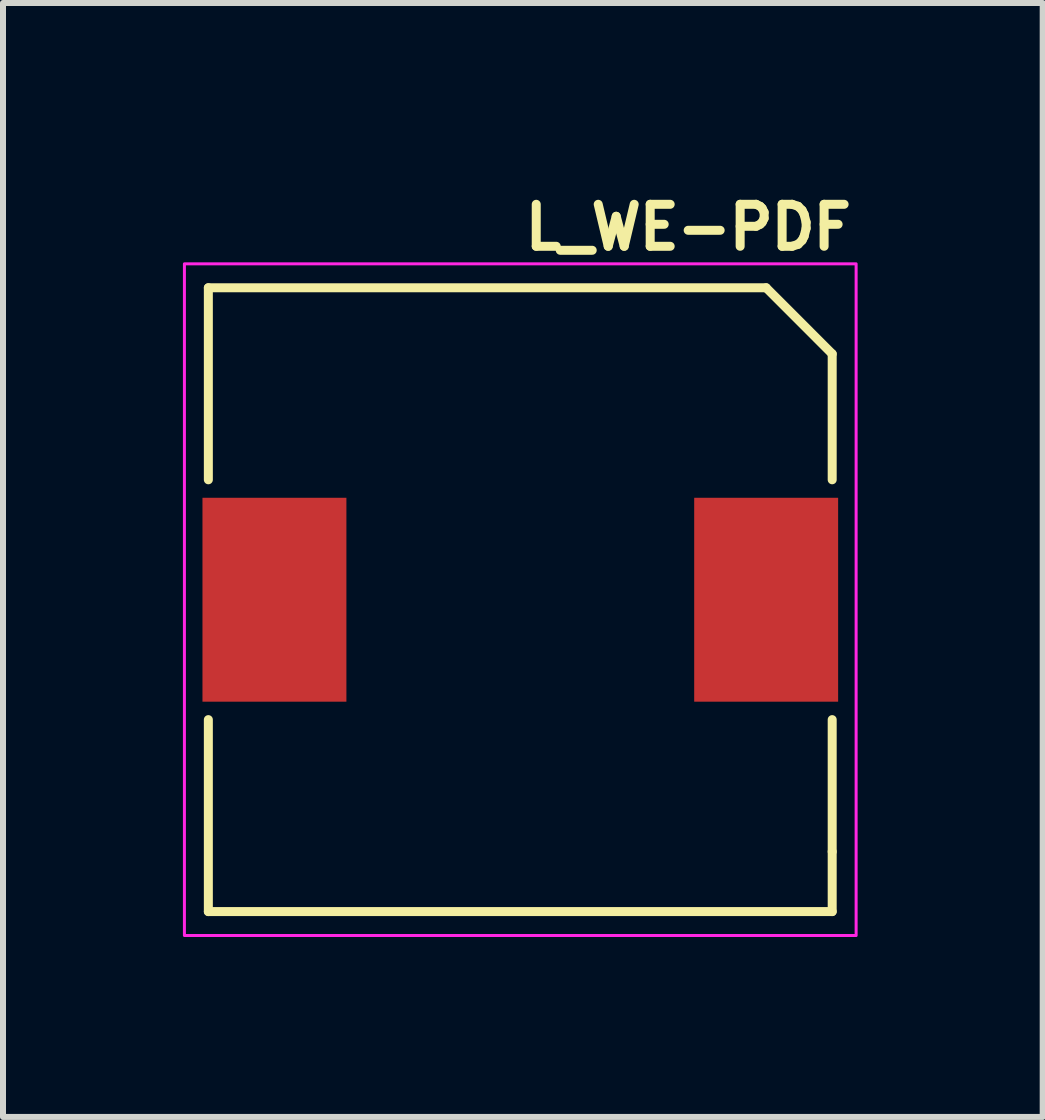
<source format=kicad_pcb>
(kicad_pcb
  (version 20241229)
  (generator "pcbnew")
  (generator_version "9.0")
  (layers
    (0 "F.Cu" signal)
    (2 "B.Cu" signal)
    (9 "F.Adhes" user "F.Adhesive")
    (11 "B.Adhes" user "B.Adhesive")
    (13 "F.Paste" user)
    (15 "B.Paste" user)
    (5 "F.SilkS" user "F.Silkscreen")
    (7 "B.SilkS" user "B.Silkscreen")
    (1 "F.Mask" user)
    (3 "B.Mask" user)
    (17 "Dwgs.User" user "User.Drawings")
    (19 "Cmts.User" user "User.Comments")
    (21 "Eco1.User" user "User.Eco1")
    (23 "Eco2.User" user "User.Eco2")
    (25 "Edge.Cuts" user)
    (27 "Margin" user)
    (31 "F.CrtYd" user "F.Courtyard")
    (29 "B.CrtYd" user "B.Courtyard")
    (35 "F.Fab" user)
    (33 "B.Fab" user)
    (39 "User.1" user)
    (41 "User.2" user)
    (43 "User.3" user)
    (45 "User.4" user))
  (footprint "L_WE-PDF"
    (layer "F.Cu")
    (at 5.626 6.95)
    (property "Reference" "L_WE-PDF" (at 0 -5.8 180) (layer "F.SilkS") (effects (font (size 0.7 0.7) (thickness 0.15)) (justify left bottom)))
    (attr smd)
    (fp_line (start -5.202 -5.202) (end 4.099 -5.202) (stroke (width 0.15) (type solid)) (layer "F.SilkS"))
    (fp_line (start -5.202 -2) (end -5.202 -5.202) (stroke (width 0.15) (type solid)) (layer "F.SilkS"))
    (fp_line (start -5.202 5.2) (end -5.202 1.999) (stroke (width 0.15) (type solid)) (layer "F.SilkS"))
    (fp_line (start 4.099 -5.202) (end 5.2 -4.1) (stroke (width 0.15) (type solid)) (layer "F.SilkS"))
    (fp_line (start 5.2 -4.1) (end 5.2 -2) (stroke (width 0.15) (type solid)) (layer "F.SilkS"))
    (fp_line (start 5.2 1.999) (end 5.2 4.2) (stroke (width 0.15) (type solid)) (layer "F.SilkS"))
    (fp_line (start 5.2 4.2) (end 5.2 5.2) (stroke (width 0.15) (type solid)) (layer "F.SilkS"))
    (fp_line (start 5.2 5.2) (end -5.202 5.2) (stroke (width 0.15) (type solid)) (layer "F.SilkS"))
    (fp_rect (start -5.601 -5.601) (end 5.599 5.599) (stroke (width 0.05) (type solid)) (fill no) (layer "F.CrtYd"))
    (fp_rect (start -5.101 -5.101) (end 5.099 5.099) (stroke (width 0.1) (type solid)) (fill no) (layer "User.5"))
    (fp_line (start -5.099 -4.099) (end -5.099 4.1) (stroke (width 0.02) (type solid)) (layer "User.9"))
    (fp_line (start -5.099 4.1) (end -5.097 4.151) (stroke (width 0.02) (type solid)) (layer "User.9"))
    (fp_line (start -5.097 -4.148) (end -5.099 -4.099) (stroke (width 0.02) (type solid)) (layer "User.9"))
    (fp_line (start -5.097 4.151) (end -5.094 4.199) (stroke (width 0.02) (type solid)) (layer "User.9"))
    (fp_line (start -5.094 -4.198) (end -5.097 -4.148) (stroke (width 0.02) (type solid)) (layer "User.9"))
    (fp_line (start -5.094 4.199) (end -5.089 4.249) (stroke (width 0.02) (type solid)) (layer "User.9"))
    (fp_line (start -5.089 -4.246) (end -5.094 -4.198) (stroke (width 0.02) (type solid)) (layer "User.9"))
    (fp_line (start -5.089 4.249) (end -5.079 4.297) (stroke (width 0.02) (type solid)) (layer "User.9"))
    (fp_line (start -5.079 -4.296) (end -5.089 -4.246) (stroke (width 0.02) (type solid)) (layer "User.9"))
    (fp_line (start -5.079 4.297) (end -5.068 4.345) (stroke (width 0.02) (type solid)) (layer "User.9"))
    (fp_line (start -5.068 -4.342) (end -5.079 -4.296) (stroke (width 0.02) (type solid)) (layer "User.9"))
    (fp_line (start -5.068 4.345) (end -5.055 4.391) (stroke (width 0.02) (type solid)) (layer "User.9"))
    (fp_line (start -5.055 -4.389) (end -5.068 -4.342) (stroke (width 0.02) (type solid)) (layer "User.9"))
    (fp_line (start -5.055 4.391) (end -5.041 4.438) (stroke (width 0.02) (type solid)) (layer "User.9"))
    (fp_line (start -5.041 -4.437) (end -5.055 -4.389) (stroke (width 0.02) (type solid)) (layer "User.9"))
    (fp_line (start -5.041 4.438) (end -5.022 4.483) (stroke (width 0.02) (type solid)) (layer "User.9"))
    (fp_line (start -5.022 -4.482) (end -5.041 -4.437) (stroke (width 0.02) (type solid)) (layer "User.9"))
    (fp_line (start -5.022 4.483) (end -5.004 4.529) (stroke (width 0.02) (type solid)) (layer "User.9"))
    (fp_line (start -5.004 -4.527) (end -5.022 -4.482) (stroke (width 0.02) (type solid)) (layer "User.9"))
    (fp_line (start -5.004 4.529) (end -4.982 4.571) (stroke (width 0.02) (type solid)) (layer "User.9"))
    (fp_line (start -4.982 -4.57) (end -5.004 -4.527) (stroke (width 0.02) (type solid)) (layer "User.9"))
    (fp_line (start -4.982 4.571) (end -4.958 4.614) (stroke (width 0.02) (type solid)) (layer "User.9"))
    (fp_line (start -4.958 -4.613) (end -4.982 -4.57) (stroke (width 0.02) (type solid)) (layer "User.9"))
    (fp_line (start -4.958 4.614) (end -4.93 4.656) (stroke (width 0.02) (type solid)) (layer "User.9"))
    (fp_line (start -4.93 -4.653) (end -4.958 -4.613) (stroke (width 0.02) (type solid)) (layer "User.9"))
    (fp_line (start -4.93 4.656) (end -4.903 4.696) (stroke (width 0.02) (type solid)) (layer "User.9"))
    (fp_line (start -4.903 -4.693) (end -4.93 -4.653) (stroke (width 0.02) (type solid)) (layer "User.9"))
    (fp_line (start -4.903 4.696) (end -4.873 4.734) (stroke (width 0.02) (type solid)) (layer "User.9"))
    (fp_line (start -4.873 -4.733) (end -4.903 -4.693) (stroke (width 0.02) (type solid)) (layer "User.9"))
    (fp_line (start -4.873 4.734) (end -4.841 4.773) (stroke (width 0.02) (type solid)) (layer "User.9"))
    (fp_line (start -4.841 -4.77) (end -4.873 -4.733) (stroke (width 0.02) (type solid)) (layer "User.9"))
    (fp_line (start -4.841 4.773) (end -4.807 4.808) (stroke (width 0.02) (type solid)) (layer "User.9"))
    (fp_line (start -4.807 -4.807) (end -4.841 -4.77) (stroke (width 0.02) (type solid)) (layer "User.9"))
    (fp_line (start -4.807 -4.807) (end -4.807 -4.807) (stroke (width 0.02) (type solid)) (layer "User.9"))
    (fp_line (start -4.807 4.808) (end -4.807 4.808) (stroke (width 0.02) (type solid)) (layer "User.9"))
    (fp_line (start -4.807 4.808) (end -4.77 4.843) (stroke (width 0.02) (type solid)) (layer "User.9"))
    (fp_line (start -4.77 -4.841) (end -4.807 -4.807) (stroke (width 0.02) (type solid)) (layer "User.9"))
    (fp_line (start -4.77 4.843) (end -4.733 4.874) (stroke (width 0.02) (type solid)) (layer "User.9"))
    (fp_line (start -4.733 -4.873) (end -4.77 -4.841) (stroke (width 0.02) (type solid)) (layer "User.9"))
    (fp_line (start -4.733 4.874) (end -4.693 4.904) (stroke (width 0.02) (type solid)) (layer "User.9"))
    (fp_line (start -4.693 -4.903) (end -4.733 -4.873) (stroke (width 0.02) (type solid)) (layer "User.9"))
    (fp_line (start -4.693 4.904) (end -4.653 4.933) (stroke (width 0.02) (type solid)) (layer "User.9"))
    (fp_line (start -4.653 -4.93) (end -4.693 -4.903) (stroke (width 0.02) (type solid)) (layer "User.9"))
    (fp_line (start -4.653 4.933) (end -4.613 4.96) (stroke (width 0.02) (type solid)) (layer "User.9"))
    (fp_line (start -4.613 -4.958) (end -4.653 -4.93) (stroke (width 0.02) (type solid)) (layer "User.9"))
    (fp_line (start -4.613 4.96) (end -4.57 4.984) (stroke (width 0.02) (type solid)) (layer "User.9"))
    (fp_line (start -4.57 -4.982) (end -4.613 -4.958) (stroke (width 0.02) (type solid)) (layer "User.9"))
    (fp_line (start -4.57 4.984) (end -4.527 5.005) (stroke (width 0.02) (type solid)) (layer "User.9"))
    (fp_line (start -4.527 -5.004) (end -4.57 -4.982) (stroke (width 0.02) (type solid)) (layer "User.9"))
    (fp_line (start -4.527 5.005) (end -4.482 5.024) (stroke (width 0.02) (type solid)) (layer "User.9"))
    (fp_line (start -4.482 -5.022) (end -4.527 -5.004) (stroke (width 0.02) (type solid)) (layer "User.9"))
    (fp_line (start -4.482 5.024) (end -4.437 5.042) (stroke (width 0.02) (type solid)) (layer "User.9"))
    (fp_line (start -4.437 -5.041) (end -4.482 -5.022) (stroke (width 0.02) (type solid)) (layer "User.9"))
    (fp_line (start -4.437 5.042) (end -4.389 5.058) (stroke (width 0.02) (type solid)) (layer "User.9"))
    (fp_line (start -4.4 -4.099) (end -4.4 -2.361) (stroke (width 0.02) (type solid)) (layer "User.9"))
    (fp_line (start -4.4 -2.361) (end -4.398 -2.35) (stroke (width 0.02) (type solid)) (layer "User.9"))
    (fp_line (start -4.398 -4.113) (end -4.4 -4.099) (stroke (width 0.02) (type solid)) (layer "User.9"))
    (fp_line (start -4.398 -2.35) (end -4.398 -2.341) (stroke (width 0.02) (type solid)) (layer "User.9"))
    (fp_line (start -4.398 -2.341) (end -4.397 -2.33) (stroke (width 0.02) (type solid)) (layer "User.9"))
    (fp_line (start -4.397 -4.129) (end -4.398 -4.113) (stroke (width 0.02) (type solid)) (layer "User.9"))
    (fp_line (start -4.397 -2.33) (end -4.395 -2.322) (stroke (width 0.02) (type solid)) (layer "User.9"))
    (fp_line (start -4.397 -0.138) (end -4.395 0.186) (stroke (width 0.02) (type solid)) (layer "User.9"))
    (fp_line (start -4.395 -4.144) (end -4.397 -4.129) (stroke (width 0.02) (type solid)) (layer "User.9"))
    (fp_line (start -4.395 -2.322) (end -4.392 -2.311) (stroke (width 0.02) (type solid)) (layer "User.9"))
    (fp_line (start -4.395 0.186) (end -4.37 0.509) (stroke (width 0.02) (type solid)) (layer "User.9"))
    (fp_line (start -4.394 -4.158) (end -4.395 -4.144) (stroke (width 0.02) (type solid)) (layer "User.9"))
    (fp_line (start -4.392 -2.311) (end -4.39 -2.302) (stroke (width 0.02) (type solid)) (layer "User.9"))
    (fp_line (start -4.39 -2.302) (end -4.387 -2.293) (stroke (width 0.02) (type solid)) (layer "User.9"))
    (fp_line (start -4.389 -5.055) (end -4.437 -5.041) (stroke (width 0.02) (type solid)) (layer "User.9"))
    (fp_line (start -4.389 -4.172) (end -4.394 -4.158) (stroke (width 0.02) (type solid)) (layer "User.9"))
    (fp_line (start -4.389 5.058) (end -4.342 5.071) (stroke (width 0.02) (type solid)) (layer "User.9"))
    (fp_line (start -4.387 -4.187) (end -4.389 -4.172) (stroke (width 0.02) (type solid)) (layer "User.9"))
    (fp_line (start -4.387 -2.293) (end -4.384 -2.284) (stroke (width 0.02) (type solid)) (layer "User.9"))
    (fp_line (start -4.384 -2.284) (end -4.379 -2.276) (stroke (width 0.02) (type solid)) (layer "User.9"))
    (fp_line (start -4.381 -4.201) (end -4.387 -4.187) (stroke (width 0.02) (type solid)) (layer "User.9"))
    (fp_line (start -4.379 -2.276) (end -4.376 -2.266) (stroke (width 0.02) (type solid)) (layer "User.9"))
    (fp_line (start -4.376 -4.214) (end -4.381 -4.201) (stroke (width 0.02) (type solid)) (layer "User.9"))
    (fp_line (start -4.376 -2.266) (end -4.371 -2.257) (stroke (width 0.02) (type solid)) (layer "User.9"))
    (fp_line (start -4.374 -0.463) (end -4.397 -0.138) (stroke (width 0.02) (type solid)) (layer "User.9"))
    (fp_line (start -4.371 -4.227) (end -4.376 -4.214) (stroke (width 0.02) (type solid)) (layer "User.9"))
    (fp_line (start -4.371 -2.257) (end -4.365 -2.249) (stroke (width 0.02) (type solid)) (layer "User.9"))
    (fp_line (start -4.37 0.509) (end -4.32 0.829) (stroke (width 0.02) (type solid)) (layer "User.9"))
    (fp_line (start -4.365 -2.249) (end -4.36 -2.241) (stroke (width 0.02) (type solid)) (layer "User.9"))
    (fp_line (start -4.363 -4.24) (end -4.371 -4.227) (stroke (width 0.02) (type solid)) (layer "User.9"))
    (fp_line (start -4.36 -2.241) (end -4.354 -2.233) (stroke (width 0.02) (type solid)) (layer "User.9"))
    (fp_line (start -4.357 -4.254) (end -4.363 -4.24) (stroke (width 0.02) (type solid)) (layer "User.9"))
    (fp_line (start -4.354 -2.233) (end -4.347 -2.226) (stroke (width 0.02) (type solid)) (layer "User.9"))
    (fp_line (start -4.349 -4.265) (end -4.357 -4.254) (stroke (width 0.02) (type solid)) (layer "User.9"))
    (fp_line (start -4.347 -2.226) (end -4.341 -2.22) (stroke (width 0.02) (type solid)) (layer "User.9"))
    (fp_line (start -4.342 -5.068) (end -4.389 -5.055) (stroke (width 0.02) (type solid)) (layer "User.9"))
    (fp_line (start -4.342 5.071) (end -4.296 5.082) (stroke (width 0.02) (type solid)) (layer "User.9"))
    (fp_line (start -4.341 -4.278) (end -4.349 -4.265) (stroke (width 0.02) (type solid)) (layer "User.9"))
    (fp_line (start -4.341 -2.22) (end -4.083 -1.961) (stroke (width 0.02) (type solid)) (layer "User.9"))
    (fp_line (start -4.331 -4.289) (end -4.341 -4.278) (stroke (width 0.02) (type solid)) (layer "User.9"))
    (fp_line (start -4.328 -0.787) (end -4.374 -0.463) (stroke (width 0.02) (type solid)) (layer "User.9"))
    (fp_line (start -4.321 -4.301) (end -4.331 -4.289) (stroke (width 0.02) (type solid)) (layer "User.9"))
    (fp_line (start -4.32 0.829) (end -4.248 1.143) (stroke (width 0.02) (type solid)) (layer "User.9"))
    (fp_line (start -4.312 -4.312) (end -4.321 -4.301) (stroke (width 0.02) (type solid)) (layer "User.9"))
    (fp_line (start -4.312 -4.312) (end -4.312 -4.312) (stroke (width 0.02) (type solid)) (layer "User.9"))
    (fp_line (start -4.301 -4.321) (end -4.312 -4.312) (stroke (width 0.02) (type solid)) (layer "User.9"))
    (fp_line (start -4.296 -5.079) (end -4.342 -5.068) (stroke (width 0.02) (type solid)) (layer "User.9"))
    (fp_line (start -4.296 5.082) (end -4.246 5.09) (stroke (width 0.02) (type solid)) (layer "User.9"))
    (fp_line (start -4.289 -4.331) (end -4.301 -4.321) (stroke (width 0.02) (type solid)) (layer "User.9"))
    (fp_line (start -4.278 -4.341) (end -4.289 -4.331) (stroke (width 0.02) (type solid)) (layer "User.9"))
    (fp_line (start -4.265 -4.349) (end -4.278 -4.341) (stroke (width 0.02) (type solid)) (layer "User.9"))
    (fp_line (start -4.256 -1.108) (end -4.328 -0.787) (stroke (width 0.02) (type solid)) (layer "User.9"))
    (fp_line (start -4.254 -4.357) (end -4.265 -4.349) (stroke (width 0.02) (type solid)) (layer "User.9"))
    (fp_line (start -4.248 1.143) (end -4.153 1.454) (stroke (width 0.02) (type solid)) (layer "User.9"))
    (fp_line (start -4.246 -5.089) (end -4.296 -5.079) (stroke (width 0.02) (type solid)) (layer "User.9"))
    (fp_line (start -4.246 5.09) (end -4.198 5.096) (stroke (width 0.02) (type solid)) (layer "User.9"))
    (fp_line (start -4.24 -4.363) (end -4.254 -4.357) (stroke (width 0.02) (type solid)) (layer "User.9"))
    (fp_line (start -4.227 -4.371) (end -4.24 -4.363) (stroke (width 0.02) (type solid)) (layer "User.9"))
    (fp_line (start -4.214 -4.376) (end -4.227 -4.371) (stroke (width 0.02) (type solid)) (layer "User.9"))
    (fp_line (start -4.201 -4.381) (end -4.214 -4.376) (stroke (width 0.02) (type solid)) (layer "User.9"))
    (fp_line (start -4.198 -5.094) (end -4.246 -5.089) (stroke (width 0.02) (type solid)) (layer "User.9"))
    (fp_line (start -4.198 5.096) (end -4.148 5.1) (stroke (width 0.02) (type solid)) (layer "User.9"))
    (fp_line (start -4.187 -4.387) (end -4.201 -4.381) (stroke (width 0.02) (type solid)) (layer "User.9"))
    (fp_line (start -4.172 -4.389) (end -4.187 -4.387) (stroke (width 0.02) (type solid)) (layer "User.9"))
    (fp_line (start -4.161 -1.427) (end -4.256 -1.108) (stroke (width 0.02) (type solid)) (layer "User.9"))
    (fp_line (start -4.158 -4.394) (end -4.172 -4.389) (stroke (width 0.02) (type solid)) (layer "User.9"))
    (fp_line (start -4.153 1.454) (end -4.035 1.756) (stroke (width 0.02) (type solid)) (layer "User.9"))
    (fp_line (start -4.15 -2.052) (end -3.217 -2.983) (stroke (width 0.02) (type solid)) (layer "User.9"))
    (fp_line (start -4.15 -2.027) (end -4.15 -2.052) (stroke (width 0.02) (type solid)) (layer "User.9"))
    (fp_line (start -4.15 1.464) (end -4.15 -1.461) (stroke (width 0.02) (type solid)) (layer "User.9"))
    (fp_line (start -4.148 -5.097) (end -4.198 -5.094) (stroke (width 0.02) (type solid)) (layer "User.9"))
    (fp_line (start -4.148 5.1) (end -4.099 5.101) (stroke (width 0.02) (type solid)) (layer "User.9"))
    (fp_line (start -4.144 -4.395) (end -4.158 -4.394) (stroke (width 0.02) (type solid)) (layer "User.9"))
    (fp_line (start -4.129 -4.397) (end -4.144 -4.395) (stroke (width 0.02) (type solid)) (layer "User.9"))
    (fp_line (start -4.113 -4.398) (end -4.129 -4.397) (stroke (width 0.02) (type solid)) (layer "User.9"))
    (fp_line (start -4.099 -5.099) (end -4.148 -5.097) (stroke (width 0.02) (type solid)) (layer "User.9"))
    (fp_line (start -4.099 -4.4) (end -4.113 -4.398) (stroke (width 0.02) (type solid)) (layer "User.9"))
    (fp_line (start -4.099 0) (end -4.099 0) (stroke (width 0.02) (type solid)) (layer "User.9"))
    (fp_line (start -4.099 0) (end -4.099 0) (stroke (width 0.02) (type solid)) (layer "User.9"))
    (fp_line (start -4.099 0) (end -4.094 0.211) (stroke (width 0.02) (type solid)) (layer "User.9"))
    (fp_line (start -4.099 5.101) (end 4.1 5.101) (stroke (width 0.02) (type solid)) (layer "User.9"))
    (fp_line (start -4.094 -0.209) (end -4.099 0) (stroke (width 0.02) (type solid)) (layer "User.9"))
    (fp_line (start -4.094 0.211) (end -4.078 0.42) (stroke (width 0.02) (type solid)) (layer "User.9"))
    (fp_line (start -4.078 -0.418) (end -4.094 -0.209) (stroke (width 0.02) (type solid)) (layer "User.9"))
    (fp_line (start -4.078 0.42) (end -4.052 0.625) (stroke (width 0.02) (type solid)) (layer "User.9"))
    (fp_line (start -4.071 -1.949) (end -4.083 -1.961) (stroke (width 0.02) (type solid)) (layer "User.9"))
    (fp_line (start -4.068 -3.836) (end -3.012 -2.78) (stroke (width 0.02) (type solid)) (layer "User.9"))
    (fp_line (start -4.065 -3.833) (end -4.4 -3.499) (stroke (width 0.02) (type solid)) (layer "User.9"))
    (fp_line (start -4.062 -1.937) (end -4.071 -1.949) (stroke (width 0.02) (type solid)) (layer "User.9"))
    (fp_line (start -4.054 -1.925) (end -4.062 -1.937) (stroke (width 0.02) (type solid)) (layer "User.9"))
    (fp_line (start -4.052 -0.623) (end -4.078 -0.418) (stroke (width 0.02) (type solid)) (layer "User.9"))
    (fp_line (start -4.052 0.625) (end -4.015 0.828) (stroke (width 0.02) (type solid)) (layer "User.9"))
    (fp_line (start -4.046 -1.912) (end -4.054 -1.925) (stroke (width 0.02) (type solid)) (layer "User.9"))
    (fp_line (start -4.041 -1.9) (end -4.046 -1.912) (stroke (width 0.02) (type solid)) (layer "User.9"))
    (fp_line (start -4.039 -1.741) (end -4.161 -1.427) (stroke (width 0.02) (type solid)) (layer "User.9"))
    (fp_line (start -4.039 -1.741) (end -4.035 -1.755) (stroke (width 0.02) (type solid)) (layer "User.9"))
    (fp_line (start -4.035 -1.886) (end -4.041 -1.9) (stroke (width 0.02) (type solid)) (layer "User.9"))
    (fp_line (start -4.035 -1.755) (end -4.03 -1.769) (stroke (width 0.02) (type solid)) (layer "User.9"))
    (fp_line (start -4.035 1.756) (end -3.894 2.049) (stroke (width 0.02) (type solid)) (layer "User.9"))
    (fp_line (start -4.03 -1.872) (end -4.035 -1.886) (stroke (width 0.02) (type solid)) (layer "User.9"))
    (fp_line (start -4.03 -1.769) (end -4.027 -1.783) (stroke (width 0.02) (type solid)) (layer "User.9"))
    (fp_line (start -4.028 -1.856) (end -4.03 -1.872) (stroke (width 0.02) (type solid)) (layer "User.9"))
    (fp_line (start -4.027 -1.783) (end -4.025 -1.798) (stroke (width 0.02) (type solid)) (layer "User.9"))
    (fp_line (start -4.025 -1.842) (end -4.028 -1.856) (stroke (width 0.02) (type solid)) (layer "User.9"))
    (fp_line (start -4.025 -1.798) (end -4.023 -1.814) (stroke (width 0.02) (type solid)) (layer "User.9"))
    (fp_line (start -4.023 -1.828) (end -4.025 -1.842) (stroke (width 0.02) (type solid)) (layer "User.9"))
    (fp_line (start -4.023 -1.814) (end -4.023 -1.828) (stroke (width 0.02) (type solid)) (layer "User.9"))
    (fp_line (start -4.015 -0.826) (end -4.052 -0.623) (stroke (width 0.02) (type solid)) (layer "User.9"))
    (fp_line (start -4.015 0.828) (end -3.97 1.025) (stroke (width 0.02) (type solid)) (layer "User.9"))
    (fp_line (start -3.999 0) (end -3.999 0) (stroke (width 0.02) (type solid)) (layer "User.9"))
    (fp_line (start -3.999 0) (end -3.999 0) (stroke (width 0.02) (type solid)) (layer "User.9"))
    (fp_line (start -3.999 0) (end -3.994 0.207) (stroke (width 0.02) (type solid)) (layer "User.9"))
    (fp_line (start -3.994 -0.205) (end -3.999 0) (stroke (width 0.02) (type solid)) (layer "User.9"))
    (fp_line (start -3.994 0.207) (end -3.979 0.41) (stroke (width 0.02) (type solid)) (layer "User.9"))
    (fp_line (start -3.979 -0.408) (end -3.994 -0.205) (stroke (width 0.02) (type solid)) (layer "User.9"))
    (fp_line (start -3.979 0.41) (end -3.953 0.61) (stroke (width 0.02) (type solid)) (layer "User.9"))
    (fp_line (start -3.97 -1.024) (end -4.015 -0.826) (stroke (width 0.02) (type solid)) (layer "User.9"))
    (fp_line (start -3.97 1.025) (end -3.914 1.22) (stroke (width 0.02) (type solid)) (layer "User.9"))
    (fp_line (start -3.953 -0.608) (end -3.979 -0.408) (stroke (width 0.02) (type solid)) (layer "User.9"))
    (fp_line (start -3.953 0.61) (end -3.918 0.808) (stroke (width 0.02) (type solid)) (layer "User.9"))
    (fp_line (start -3.918 -0.806) (end -3.953 -0.608) (stroke (width 0.02) (type solid)) (layer "User.9"))
    (fp_line (start -3.918 0.808) (end -3.874 1) (stroke (width 0.02) (type solid)) (layer "User.9"))
    (fp_line (start -3.914 -1.219) (end -3.97 -1.024) (stroke (width 0.02) (type solid)) (layer "User.9"))
    (fp_line (start -3.914 1.22) (end -3.85 1.41) (stroke (width 0.02) (type solid)) (layer "User.9"))
    (fp_line (start -3.894 2.049) (end -3.73 2.334) (stroke (width 0.02) (type solid)) (layer "User.9"))
    (fp_line (start -3.874 -0.998) (end -3.918 -0.806) (stroke (width 0.02) (type solid)) (layer "User.9"))
    (fp_line (start -3.874 1) (end -3.82 1.19) (stroke (width 0.02) (type solid)) (layer "User.9"))
    (fp_line (start -3.85 -1.409) (end -3.914 -1.219) (stroke (width 0.02) (type solid)) (layer "User.9"))
    (fp_line (start -3.85 1.41) (end -3.777 1.597) (stroke (width 0.02) (type solid)) (layer "User.9"))
    (fp_line (start -3.836 -4.068) (end -4.068 -3.836) (stroke (width 0.02) (type solid)) (layer "User.9"))
    (fp_line (start -3.836 -4.068) (end -3.833 -4.065) (stroke (width 0.02) (type solid)) (layer "User.9"))
    (fp_line (start -3.833 -4.065) (end -3.691 -4.208) (stroke (width 0.02) (type solid)) (layer "User.9"))
    (fp_line (start -3.82 -1.189) (end -3.874 -0.998) (stroke (width 0.02) (type solid)) (layer "User.9"))
    (fp_line (start -3.82 1.19) (end -3.757 1.377) (stroke (width 0.02) (type solid)) (layer "User.9"))
    (fp_line (start -3.777 -1.594) (end -3.85 -1.409) (stroke (width 0.02) (type solid)) (layer "User.9"))
    (fp_line (start -3.777 1.597) (end -3.695 1.778) (stroke (width 0.02) (type solid)) (layer "User.9"))
    (fp_line (start -3.757 -1.374) (end -3.82 -1.189) (stroke (width 0.02) (type solid)) (layer "User.9"))
    (fp_line (start -3.757 1.377) (end -3.684 1.557) (stroke (width 0.02) (type solid)) (layer "User.9"))
    (fp_line (start -3.73 2.334) (end -3.546 2.605) (stroke (width 0.02) (type solid)) (layer "User.9"))
    (fp_line (start -3.695 -1.777) (end -3.777 -1.594) (stroke (width 0.02) (type solid)) (layer "User.9"))
    (fp_line (start -3.695 1.778) (end -3.604 1.956) (stroke (width 0.02) (type solid)) (layer "User.9"))
    (fp_line (start -3.691 -4.208) (end -2.842 -3.358) (stroke (width 0.02) (type solid)) (layer "User.9"))
    (fp_line (start -3.684 -1.556) (end -3.757 -1.374) (stroke (width 0.02) (type solid)) (layer "User.9"))
    (fp_line (start -3.684 1.557) (end -3.604 1.736) (stroke (width 0.02) (type solid)) (layer "User.9"))
    (fp_line (start -3.604 -1.953) (end -3.695 -1.777) (stroke (width 0.02) (type solid)) (layer "User.9"))
    (fp_line (start -3.604 -1.733) (end -3.684 -1.556) (stroke (width 0.02) (type solid)) (layer "User.9"))
    (fp_line (start -3.604 1.736) (end -3.516 1.907) (stroke (width 0.02) (type solid)) (layer "User.9"))
    (fp_line (start -3.604 1.956) (end -3.506 2.126) (stroke (width 0.02) (type solid)) (layer "User.9"))
    (fp_line (start -3.546 2.605) (end -3.338 2.866) (stroke (width 0.02) (type solid)) (layer "User.9"))
    (fp_line (start -3.516 -1.906) (end -3.604 -1.733) (stroke (width 0.02) (type solid)) (layer "User.9"))
    (fp_line (start -3.516 1.907) (end -3.419 2.076) (stroke (width 0.02) (type solid)) (layer "User.9"))
    (fp_line (start -3.506 -2.124) (end -3.604 -1.953) (stroke (width 0.02) (type solid)) (layer "User.9"))
    (fp_line (start -3.506 2.126) (end -3.398 2.294) (stroke (width 0.02) (type solid)) (layer "User.9"))
    (fp_line (start -3.419 -2.073) (end -3.516 -1.906) (stroke (width 0.02) (type solid)) (layer "User.9"))
    (fp_line (start -3.419 2.076) (end -3.316 2.238) (stroke (width 0.02) (type solid)) (layer "User.9"))
    (fp_line (start -3.398 -2.292) (end -3.506 -2.124) (stroke (width 0.02) (type solid)) (layer "User.9"))
    (fp_line (start -3.398 2.294) (end -3.285 2.455) (stroke (width 0.02) (type solid)) (layer "User.9"))
    (fp_line (start -3.338 2.866) (end -3.111 3.113) (stroke (width 0.02) (type solid)) (layer "User.9"))
    (fp_line (start -3.316 -2.236) (end -3.419 -2.073) (stroke (width 0.02) (type solid)) (layer "User.9"))
    (fp_line (start -3.316 2.238) (end -3.205 2.395) (stroke (width 0.02) (type solid)) (layer "User.9"))
    (fp_line (start -3.285 -2.452) (end -3.398 -2.292) (stroke (width 0.02) (type solid)) (layer "User.9"))
    (fp_line (start -3.285 2.455) (end -3.163 2.609) (stroke (width 0.02) (type solid)) (layer "User.9"))
    (fp_line (start -3.232 -3.748) (end -3.123 -3.839) (stroke (width 0.02) (type solid)) (layer "User.9"))
    (fp_line (start -3.205 -2.393) (end -3.316 -2.236) (stroke (width 0.02) (type solid)) (layer "User.9"))
    (fp_line (start -3.205 2.395) (end -3.085 2.545) (stroke (width 0.02) (type solid)) (layer "User.9"))
    (fp_line (start -3.163 -2.607) (end -3.285 -2.452) (stroke (width 0.02) (type solid)) (layer "User.9"))
    (fp_line (start -3.163 2.609) (end -3.034 2.758) (stroke (width 0.02) (type solid)) (layer "User.9"))
    (fp_line (start -3.123 -3.839) (end -3.011 -3.927) (stroke (width 0.02) (type solid)) (layer "User.9"))
    (fp_line (start -3.111 3.113) (end -3.111 3.113) (stroke (width 0.02) (type solid)) (layer "User.9"))
    (fp_line (start -3.111 3.113) (end -2.863 3.34) (stroke (width 0.02) (type solid)) (layer "User.9"))
    (fp_line (start -3.085 -2.543) (end -3.205 -2.393) (stroke (width 0.02) (type solid)) (layer "User.9"))
    (fp_line (start -3.085 2.545) (end -2.959 2.69) (stroke (width 0.02) (type solid)) (layer "User.9"))
    (fp_line (start -3.034 -2.756) (end -3.163 -2.607) (stroke (width 0.02) (type solid)) (layer "User.9"))
    (fp_line (start -3.034 2.758) (end -2.898 2.9) (stroke (width 0.02) (type solid)) (layer "User.9"))
    (fp_line (start -3.011 -3.927) (end -2.897 -4.012) (stroke (width 0.02) (type solid)) (layer "User.9"))
    (fp_line (start -2.983 -3.217) (end -3.833 -4.065) (stroke (width 0.02) (type solid)) (layer "User.9"))
    (fp_line (start -2.983 -3.217) (end -2.78 -3.012) (stroke (width 0.02) (type solid)) (layer "User.9"))
    (fp_line (start -2.959 -2.689) (end -3.085 -2.543) (stroke (width 0.02) (type solid)) (layer "User.9"))
    (fp_line (start -2.959 2.69) (end -2.827 2.83) (stroke (width 0.02) (type solid)) (layer "User.9"))
    (fp_line (start -2.898 -2.898) (end -3.034 -2.756) (stroke (width 0.02) (type solid)) (layer "User.9"))
    (fp_line (start -2.898 2.9) (end -2.756 3.036) (stroke (width 0.02) (type solid)) (layer "User.9"))
    (fp_line (start -2.897 -4.012) (end -2.78 -4.094) (stroke (width 0.02) (type solid)) (layer "User.9"))
    (fp_line (start -2.863 3.34) (end -2.604 3.548) (stroke (width 0.02) (type solid)) (layer "User.9"))
    (fp_line (start -2.854 3.35) (end -3.347 2.855) (stroke (width 0.02) (type solid)) (layer "User.9"))
    (fp_line (start -2.842 -3.358) (end -2.983 -3.217) (stroke (width 0.02) (type solid)) (layer "User.9"))
    (fp_line (start -2.827 -2.827) (end -2.959 -2.689) (stroke (width 0.02) (type solid)) (layer "User.9"))
    (fp_line (start -2.827 2.83) (end -2.689 2.961) (stroke (width 0.02) (type solid)) (layer "User.9"))
    (fp_line (start -2.78 -4.094) (end -2.66 -4.172) (stroke (width 0.02) (type solid)) (layer "User.9"))
    (fp_line (start -2.756 -3.034) (end -2.898 -2.898) (stroke (width 0.02) (type solid)) (layer "User.9"))
    (fp_line (start -2.756 3.036) (end -2.607 3.165) (stroke (width 0.02) (type solid)) (layer "User.9"))
    (fp_line (start -2.689 -2.959) (end -2.827 -2.827) (stroke (width 0.02) (type solid)) (layer "User.9"))
    (fp_line (start -2.689 2.961) (end -2.543 3.088) (stroke (width 0.02) (type solid)) (layer "User.9"))
    (fp_line (start -2.66 -4.172) (end -2.539 -4.248) (stroke (width 0.02) (type solid)) (layer "User.9"))
    (fp_line (start -2.607 -3.163) (end -2.756 -3.034) (stroke (width 0.02) (type solid)) (layer "User.9"))
    (fp_line (start -2.607 3.165) (end -2.452 3.286) (stroke (width 0.02) (type solid)) (layer "User.9"))
    (fp_line (start -2.604 3.548) (end -2.331 3.733) (stroke (width 0.02) (type solid)) (layer "User.9"))
    (fp_line (start -2.543 -3.085) (end -2.689 -2.959) (stroke (width 0.02) (type solid)) (layer "User.9"))
    (fp_line (start -2.543 3.088) (end -2.393 3.206) (stroke (width 0.02) (type solid)) (layer "User.9"))
    (fp_line (start -2.539 -4.248) (end -2.417 -4.318) (stroke (width 0.02) (type solid)) (layer "User.9"))
    (fp_line (start -2.452 -3.285) (end -2.607 -3.163) (stroke (width 0.02) (type solid)) (layer "User.9"))
    (fp_line (start -2.452 3.286) (end -2.292 3.4) (stroke (width 0.02) (type solid)) (layer "User.9"))
    (fp_line (start -2.417 -4.318) (end -2.29 -4.387) (stroke (width 0.02) (type solid)) (layer "User.9"))
    (fp_line (start -2.393 -3.205) (end -2.543 -3.085) (stroke (width 0.02) (type solid)) (layer "User.9"))
    (fp_line (start -2.393 3.206) (end -2.236 3.318) (stroke (width 0.02) (type solid)) (layer "User.9"))
    (fp_line (start -2.361 -4.4) (end -4.099 -4.4) (stroke (width 0.02) (type solid)) (layer "User.9"))
    (fp_line (start -2.35 -4.398) (end -2.361 -4.4) (stroke (width 0.02) (type solid)) (layer "User.9"))
    (fp_line (start -2.341 -4.398) (end -2.35 -4.398) (stroke (width 0.02) (type solid)) (layer "User.9"))
    (fp_line (start -2.331 3.733) (end -2.048 3.895) (stroke (width 0.02) (type solid)) (layer "User.9"))
    (fp_line (start -2.33 -4.397) (end -2.341 -4.398) (stroke (width 0.02) (type solid)) (layer "User.9"))
    (fp_line (start -2.322 -4.395) (end -2.33 -4.397) (stroke (width 0.02) (type solid)) (layer "User.9"))
    (fp_line (start -2.311 -4.392) (end -2.322 -4.395) (stroke (width 0.02) (type solid)) (layer "User.9"))
    (fp_line (start -2.302 -4.39) (end -2.311 -4.392) (stroke (width 0.02) (type solid)) (layer "User.9"))
    (fp_line (start -2.293 -4.387) (end -2.302 -4.39) (stroke (width 0.02) (type solid)) (layer "User.9"))
    (fp_line (start -2.292 -3.398) (end -2.452 -3.285) (stroke (width 0.02) (type solid)) (layer "User.9"))
    (fp_line (start -2.292 3.4) (end -2.124 3.508) (stroke (width 0.02) (type solid)) (layer "User.9"))
    (fp_line (start -2.284 -4.384) (end -2.293 -4.387) (stroke (width 0.02) (type solid)) (layer "User.9"))
    (fp_line (start -2.276 -4.379) (end -2.284 -4.384) (stroke (width 0.02) (type solid)) (layer "User.9"))
    (fp_line (start -2.266 -4.376) (end -2.276 -4.379) (stroke (width 0.02) (type solid)) (layer "User.9"))
    (fp_line (start -2.257 -4.371) (end -2.266 -4.376) (stroke (width 0.02) (type solid)) (layer "User.9"))
    (fp_line (start -2.249 -4.365) (end -2.257 -4.371) (stroke (width 0.02) (type solid)) (layer "User.9"))
    (fp_line (start -2.241 -4.36) (end -2.249 -4.365) (stroke (width 0.02) (type solid)) (layer "User.9"))
    (fp_line (start -2.236 -3.316) (end -2.393 -3.205) (stroke (width 0.02) (type solid)) (layer "User.9"))
    (fp_line (start -2.236 3.318) (end -2.073 3.422) (stroke (width 0.02) (type solid)) (layer "User.9"))
    (fp_line (start -2.233 -4.354) (end -2.241 -4.36) (stroke (width 0.02) (type solid)) (layer "User.9"))
    (fp_line (start -2.226 -4.347) (end -2.233 -4.354) (stroke (width 0.02) (type solid)) (layer "User.9"))
    (fp_line (start -2.22 -4.341) (end -2.226 -4.347) (stroke (width 0.02) (type solid)) (layer "User.9"))
    (fp_line (start -2.124 -3.506) (end -2.292 -3.398) (stroke (width 0.02) (type solid)) (layer "User.9"))
    (fp_line (start -2.124 3.508) (end -1.953 3.606) (stroke (width 0.02) (type solid)) (layer "User.9"))
    (fp_line (start -2.073 -3.419) (end -2.236 -3.316) (stroke (width 0.02) (type solid)) (layer "User.9"))
    (fp_line (start -2.073 3.422) (end -1.906 3.519) (stroke (width 0.02) (type solid)) (layer "User.9"))
    (fp_line (start -2.048 3.895) (end -1.753 4.037) (stroke (width 0.02) (type solid)) (layer "User.9"))
    (fp_line (start -1.961 -4.083) (end -2.22 -4.341) (stroke (width 0.02) (type solid)) (layer "User.9"))
    (fp_line (start -1.961 -4.083) (end -1.949 -4.071) (stroke (width 0.02) (type solid)) (layer "User.9"))
    (fp_line (start -1.953 -3.604) (end -2.124 -3.506) (stroke (width 0.02) (type solid)) (layer "User.9"))
    (fp_line (start -1.953 3.606) (end -1.777 3.697) (stroke (width 0.02) (type solid)) (layer "User.9"))
    (fp_line (start -1.949 -4.071) (end -1.937 -4.062) (stroke (width 0.02) (type solid)) (layer "User.9"))
    (fp_line (start -1.937 -4.062) (end -1.925 -4.054) (stroke (width 0.02) (type solid)) (layer "User.9"))
    (fp_line (start -1.925 -4.054) (end -1.912 -4.046) (stroke (width 0.02) (type solid)) (layer "User.9"))
    (fp_line (start -1.912 -4.046) (end -1.9 -4.041) (stroke (width 0.02) (type solid)) (layer "User.9"))
    (fp_line (start -1.906 -3.516) (end -2.073 -3.419) (stroke (width 0.02) (type solid)) (layer "User.9"))
    (fp_line (start -1.906 3.519) (end -1.733 3.606) (stroke (width 0.02) (type solid)) (layer "User.9"))
    (fp_line (start -1.9 -4.041) (end -1.886 -4.035) (stroke (width 0.02) (type solid)) (layer "User.9"))
    (fp_line (start -1.886 -4.035) (end -1.872 -4.03) (stroke (width 0.02) (type solid)) (layer "User.9"))
    (fp_line (start -1.872 -4.03) (end -1.856 -4.028) (stroke (width 0.02) (type solid)) (layer "User.9"))
    (fp_line (start -1.856 -4.028) (end -1.842 -4.025) (stroke (width 0.02) (type solid)) (layer "User.9"))
    (fp_line (start -1.842 -4.025) (end -1.828 -4.023) (stroke (width 0.02) (type solid)) (layer "User.9"))
    (fp_line (start -1.828 -4.023) (end -1.814 -4.023) (stroke (width 0.02) (type solid)) (layer "User.9"))
    (fp_line (start -1.814 -4.023) (end -1.798 -4.025) (stroke (width 0.02) (type solid)) (layer "User.9"))
    (fp_line (start -1.798 -4.025) (end -1.783 -4.027) (stroke (width 0.02) (type solid)) (layer "User.9"))
    (fp_line (start -1.783 -4.027) (end -1.769 -4.03) (stroke (width 0.02) (type solid)) (layer "User.9"))
    (fp_line (start -1.777 -3.695) (end -1.953 -3.604) (stroke (width 0.02) (type solid)) (layer "User.9"))
    (fp_line (start -1.777 3.697) (end -1.594 3.778) (stroke (width 0.02) (type solid)) (layer "User.9"))
    (fp_line (start -1.769 -4.03) (end -1.755 -4.035) (stroke (width 0.02) (type solid)) (layer "User.9"))
    (fp_line (start -1.755 -4.035) (end -1.741 -4.039) (stroke (width 0.02) (type solid)) (layer "User.9"))
    (fp_line (start -1.753 4.037) (end -1.451 4.154) (stroke (width 0.02) (type solid)) (layer "User.9"))
    (fp_line (start -1.733 -3.604) (end -1.906 -3.516) (stroke (width 0.02) (type solid)) (layer "User.9"))
    (fp_line (start -1.733 3.606) (end -1.556 3.686) (stroke (width 0.02) (type solid)) (layer "User.9"))
    (fp_line (start -1.594 -3.777) (end -1.777 -3.695) (stroke (width 0.02) (type solid)) (layer "User.9"))
    (fp_line (start -1.594 3.778) (end -1.409 3.852) (stroke (width 0.02) (type solid)) (layer "User.9"))
    (fp_line (start -1.556 -3.684) (end -1.733 -3.604) (stroke (width 0.02) (type solid)) (layer "User.9"))
    (fp_line (start -1.556 3.686) (end -1.374 3.758) (stroke (width 0.02) (type solid)) (layer "User.9"))
    (fp_line (start -1.451 4.154) (end -1.142 4.249) (stroke (width 0.02) (type solid)) (layer "User.9"))
    (fp_line (start -1.427 -4.161) (end -1.741 -4.039) (stroke (width 0.02) (type solid)) (layer "User.9"))
    (fp_line (start -1.409 -3.85) (end -1.594 -3.777) (stroke (width 0.02) (type solid)) (layer "User.9"))
    (fp_line (start -1.409 3.852) (end -1.219 3.916) (stroke (width 0.02) (type solid)) (layer "User.9"))
    (fp_line (start -1.374 -3.757) (end -1.556 -3.684) (stroke (width 0.02) (type solid)) (layer "User.9"))
    (fp_line (start -1.374 3.758) (end -1.189 3.822) (stroke (width 0.02) (type solid)) (layer "User.9"))
    (fp_line (start -1.219 -3.914) (end -1.409 -3.85) (stroke (width 0.02) (type solid)) (layer "User.9"))
    (fp_line (start -1.219 3.916) (end -1.024 3.972) (stroke (width 0.02) (type solid)) (layer "User.9"))
    (fp_line (start -1.189 -3.82) (end -1.374 -3.757) (stroke (width 0.02) (type solid)) (layer "User.9"))
    (fp_line (start -1.189 3.822) (end -0.998 3.875) (stroke (width 0.02) (type solid)) (layer "User.9"))
    (fp_line (start -1.142 4.249) (end -0.827 4.322) (stroke (width 0.02) (type solid)) (layer "User.9"))
    (fp_line (start -1.108 -4.256) (end -1.427 -4.161) (stroke (width 0.02) (type solid)) (layer "User.9"))
    (fp_line (start -1.024 -3.97) (end -1.219 -3.914) (stroke (width 0.02) (type solid)) (layer "User.9"))
    (fp_line (start -1.024 3.972) (end -0.826 4.018) (stroke (width 0.02) (type solid)) (layer "User.9"))
    (fp_line (start -0.998 -3.874) (end -1.189 -3.82) (stroke (width 0.02) (type solid)) (layer "User.9"))
    (fp_line (start -0.998 3.875) (end -0.806 3.919) (stroke (width 0.02) (type solid)) (layer "User.9"))
    (fp_line (start -0.827 4.322) (end -0.507 4.372) (stroke (width 0.02) (type solid)) (layer "User.9"))
    (fp_line (start -0.826 -4.015) (end -1.024 -3.97) (stroke (width 0.02) (type solid)) (layer "User.9"))
    (fp_line (start -0.826 4.018) (end -0.623 4.053) (stroke (width 0.02) (type solid)) (layer "User.9"))
    (fp_line (start -0.806 -3.918) (end -0.998 -3.874) (stroke (width 0.02) (type solid)) (layer "User.9"))
    (fp_line (start -0.806 3.919) (end -0.608 3.955) (stroke (width 0.02) (type solid)) (layer "User.9"))
    (fp_line (start -0.787 -4.328) (end -1.108 -4.256) (stroke (width 0.02) (type solid)) (layer "User.9"))
    (fp_line (start -0.623 -4.052) (end -0.826 -4.015) (stroke (width 0.02) (type solid)) (layer "User.9"))
    (fp_line (start -0.623 4.053) (end -0.418 4.079) (stroke (width 0.02) (type solid)) (layer "User.9"))
    (fp_line (start -0.608 -3.953) (end -0.806 -3.918) (stroke (width 0.02) (type solid)) (layer "User.9"))
    (fp_line (start -0.608 3.955) (end -0.408 3.98) (stroke (width 0.02) (type solid)) (layer "User.9"))
    (fp_line (start -0.507 4.372) (end -0.184 4.398) (stroke (width 0.02) (type solid)) (layer "User.9"))
    (fp_line (start -0.463 -4.374) (end -0.787 -4.328) (stroke (width 0.02) (type solid)) (layer "User.9"))
    (fp_line (start -0.418 -4.078) (end -0.623 -4.052) (stroke (width 0.02) (type solid)) (layer "User.9"))
    (fp_line (start -0.418 4.079) (end -0.209 4.095) (stroke (width 0.02) (type solid)) (layer "User.9"))
    (fp_line (start -0.408 -3.979) (end -0.608 -3.953) (stroke (width 0.02) (type solid)) (layer "User.9"))
    (fp_line (start -0.408 3.98) (end -0.205 3.996) (stroke (width 0.02) (type solid)) (layer "User.9"))
    (fp_line (start -0.209 -4.094) (end -0.418 -4.078) (stroke (width 0.02) (type solid)) (layer "User.9"))
    (fp_line (start -0.209 4.095) (end 0 4.1) (stroke (width 0.02) (type solid)) (layer "User.9"))
    (fp_line (start -0.205 -3.994) (end -0.408 -3.979) (stroke (width 0.02) (type solid)) (layer "User.9"))
    (fp_line (start -0.205 3.996) (end 0 4) (stroke (width 0.02) (type solid)) (layer "User.9"))
    (fp_line (start -0.184 4.398) (end 0.14 4.398) (stroke (width 0.02) (type solid)) (layer "User.9"))
    (fp_line (start -0.138 -4.397) (end -0.463 -4.374) (stroke (width 0.02) (type solid)) (layer "User.9"))
    (fp_line (start 0 -4.099) (end -0.209 -4.094) (stroke (width 0.02) (type solid)) (layer "User.9"))
    (fp_line (start 0 -4.099) (end 0 -4.099) (stroke (width 0.02) (type solid)) (layer "User.9"))
    (fp_line (start 0 -3.999) (end -0.205 -3.994) (stroke (width 0.02) (type solid)) (layer "User.9"))
    (fp_line (start 0 -3.999) (end 0 -3.999) (stroke (width 0.02) (type solid)) (layer "User.9"))
    (fp_line (start 0 4) (end 0 4) (stroke (width 0.02) (type solid)) (layer "User.9"))
    (fp_line (start 0 4) (end 0.207 3.996) (stroke (width 0.02) (type solid)) (layer "User.9"))
    (fp_line (start 0 4.1) (end 0 4.1) (stroke (width 0.02) (type solid)) (layer "User.9"))
    (fp_line (start 0 4.1) (end 0.211 4.095) (stroke (width 0.02) (type solid)) (layer "User.9"))
    (fp_line (start 0.14 4.398) (end 0.465 4.377) (stroke (width 0.02) (type solid)) (layer "User.9"))
    (fp_line (start 0.186 -4.395) (end -0.138 -4.397) (stroke (width 0.02) (type solid)) (layer "User.9"))
    (fp_line (start 0.207 -3.994) (end 0 -3.999) (stroke (width 0.02) (type solid)) (layer "User.9"))
    (fp_line (start 0.207 3.996) (end 0.41 3.98) (stroke (width 0.02) (type solid)) (layer "User.9"))
    (fp_line (start 0.211 -4.094) (end 0 -4.099) (stroke (width 0.02) (type solid)) (layer "User.9"))
    (fp_line (start 0.211 4.095) (end 0.42 4.079) (stroke (width 0.02) (type solid)) (layer "User.9"))
    (fp_line (start 0.41 -3.979) (end 0.207 -3.994) (stroke (width 0.02) (type solid)) (layer "User.9"))
    (fp_line (start 0.41 3.98) (end 0.61 3.955) (stroke (width 0.02) (type solid)) (layer "User.9"))
    (fp_line (start 0.42 -4.078) (end 0.211 -4.094) (stroke (width 0.02) (type solid)) (layer "User.9"))
    (fp_line (start 0.42 4.079) (end 0.625 4.053) (stroke (width 0.02) (type solid)) (layer "User.9"))
    (fp_line (start 0.465 4.377) (end 0.789 4.33) (stroke (width 0.02) (type solid)) (layer "User.9"))
    (fp_line (start 0.509 -4.37) (end 0.186 -4.395) (stroke (width 0.02) (type solid)) (layer "User.9"))
    (fp_line (start 0.61 -3.953) (end 0.41 -3.979) (stroke (width 0.02) (type solid)) (layer "User.9"))
    (fp_line (start 0.61 3.955) (end 0.808 3.919) (stroke (width 0.02) (type solid)) (layer "User.9"))
    (fp_line (start 0.625 -4.052) (end 0.42 -4.078) (stroke (width 0.02) (type solid)) (layer "User.9"))
    (fp_line (start 0.625 4.053) (end 0.828 4.018) (stroke (width 0.02) (type solid)) (layer "User.9"))
    (fp_line (start 0.789 4.33) (end 1.111 4.258) (stroke (width 0.02) (type solid)) (layer "User.9"))
    (fp_line (start 0.808 -3.918) (end 0.61 -3.953) (stroke (width 0.02) (type solid)) (layer "User.9"))
    (fp_line (start 0.808 3.919) (end 1 3.875) (stroke (width 0.02) (type solid)) (layer "User.9"))
    (fp_line (start 0.828 -4.015) (end 0.625 -4.052) (stroke (width 0.02) (type solid)) (layer "User.9"))
    (fp_line (start 0.828 4.018) (end 1.025 3.972) (stroke (width 0.02) (type solid)) (layer "User.9"))
    (fp_line (start 0.829 -4.32) (end 0.509 -4.37) (stroke (width 0.02) (type solid)) (layer "User.9"))
    (fp_line (start 1 -3.874) (end 0.808 -3.918) (stroke (width 0.02) (type solid)) (layer "User.9"))
    (fp_line (start 1 3.875) (end 1.19 3.822) (stroke (width 0.02) (type solid)) (layer "User.9"))
    (fp_line (start 1.025 -3.97) (end 0.828 -4.015) (stroke (width 0.02) (type solid)) (layer "User.9"))
    (fp_line (start 1.025 3.972) (end 1.22 3.916) (stroke (width 0.02) (type solid)) (layer "User.9"))
    (fp_line (start 1.111 4.258) (end 1.428 4.162) (stroke (width 0.02) (type solid)) (layer "User.9"))
    (fp_line (start 1.143 -4.248) (end 0.829 -4.32) (stroke (width 0.02) (type solid)) (layer "User.9"))
    (fp_line (start 1.19 -3.82) (end 1 -3.874) (stroke (width 0.02) (type solid)) (layer "User.9"))
    (fp_line (start 1.19 3.822) (end 1.377 3.758) (stroke (width 0.02) (type solid)) (layer "User.9"))
    (fp_line (start 1.22 -3.914) (end 1.025 -3.97) (stroke (width 0.02) (type solid)) (layer "User.9"))
    (fp_line (start 1.22 3.916) (end 1.41 3.852) (stroke (width 0.02) (type solid)) (layer "User.9"))
    (fp_line (start 1.377 -3.757) (end 1.19 -3.82) (stroke (width 0.02) (type solid)) (layer "User.9"))
    (fp_line (start 1.377 3.758) (end 1.557 3.686) (stroke (width 0.02) (type solid)) (layer "User.9"))
    (fp_line (start 1.41 -3.85) (end 1.22 -3.914) (stroke (width 0.02) (type solid)) (layer "User.9"))
    (fp_line (start 1.41 3.852) (end 1.597 3.778) (stroke (width 0.02) (type solid)) (layer "User.9"))
    (fp_line (start 1.428 4.162) (end 1.742 4.042) (stroke (width 0.02) (type solid)) (layer "User.9"))
    (fp_line (start 1.454 -4.153) (end 1.143 -4.248) (stroke (width 0.02) (type solid)) (layer "User.9"))
    (fp_line (start 1.557 -3.684) (end 1.377 -3.757) (stroke (width 0.02) (type solid)) (layer "User.9"))
    (fp_line (start 1.557 3.686) (end 1.736 3.606) (stroke (width 0.02) (type solid)) (layer "User.9"))
    (fp_line (start 1.597 -3.777) (end 1.41 -3.85) (stroke (width 0.02) (type solid)) (layer "User.9"))
    (fp_line (start 1.597 3.778) (end 1.778 3.697) (stroke (width 0.02) (type solid)) (layer "User.9"))
    (fp_line (start 1.736 -3.604) (end 1.557 -3.684) (stroke (width 0.02) (type solid)) (layer "User.9"))
    (fp_line (start 1.736 3.606) (end 1.907 3.519) (stroke (width 0.02) (type solid)) (layer "User.9"))
    (fp_line (start 1.756 -4.035) (end 1.454 -4.153) (stroke (width 0.02) (type solid)) (layer "User.9"))
    (fp_line (start 1.756 4.037) (end 1.742 4.042) (stroke (width 0.02) (type solid)) (layer "User.9"))
    (fp_line (start 1.77 4.031) (end 1.756 4.037) (stroke (width 0.02) (type solid)) (layer "User.9"))
    (fp_line (start 1.778 -3.695) (end 1.597 -3.777) (stroke (width 0.02) (type solid)) (layer "User.9"))
    (fp_line (start 1.778 3.697) (end 1.956 3.606) (stroke (width 0.02) (type solid)) (layer "User.9"))
    (fp_line (start 1.786 4.029) (end 1.77 4.031) (stroke (width 0.02) (type solid)) (layer "User.9"))
    (fp_line (start 1.801 4.026) (end 1.786 4.029) (stroke (width 0.02) (type solid)) (layer "User.9"))
    (fp_line (start 1.815 4.026) (end 1.801 4.026) (stroke (width 0.02) (type solid)) (layer "User.9"))
    (fp_line (start 1.829 4.026) (end 1.815 4.026) (stroke (width 0.02) (type solid)) (layer "User.9"))
    (fp_line (start 1.845 4.026) (end 1.829 4.026) (stroke (width 0.02) (type solid)) (layer "User.9"))
    (fp_line (start 1.859 4.029) (end 1.845 4.026) (stroke (width 0.02) (type solid)) (layer "User.9"))
    (fp_line (start 1.873 4.032) (end 1.859 4.029) (stroke (width 0.02) (type solid)) (layer "User.9"))
    (fp_line (start 1.887 4.037) (end 1.873 4.032) (stroke (width 0.02) (type solid)) (layer "User.9"))
    (fp_line (start 1.901 4.042) (end 1.887 4.037) (stroke (width 0.02) (type solid)) (layer "User.9"))
    (fp_line (start 1.907 -3.516) (end 1.736 -3.604) (stroke (width 0.02) (type solid)) (layer "User.9"))
    (fp_line (start 1.907 3.519) (end 2.076 3.422) (stroke (width 0.02) (type solid)) (layer "User.9"))
    (fp_line (start 1.915 4.048) (end 1.901 4.042) (stroke (width 0.02) (type solid)) (layer "User.9"))
    (fp_line (start 1.928 4.055) (end 1.915 4.048) (stroke (width 0.02) (type solid)) (layer "User.9"))
    (fp_line (start 1.94 4.064) (end 1.928 4.055) (stroke (width 0.02) (type solid)) (layer "User.9"))
    (fp_line (start 1.952 4.074) (end 1.94 4.064) (stroke (width 0.02) (type solid)) (layer "User.9"))
    (fp_line (start 1.956 -3.604) (end 1.778 -3.695) (stroke (width 0.02) (type solid)) (layer "User.9"))
    (fp_line (start 1.956 3.606) (end 2.126 3.508) (stroke (width 0.02) (type solid)) (layer "User.9"))
    (fp_line (start 1.962 4.085) (end 1.952 4.074) (stroke (width 0.02) (type solid)) (layer "User.9"))
    (fp_line (start 2.049 -3.894) (end 1.756 -4.035) (stroke (width 0.02) (type solid)) (layer "User.9"))
    (fp_line (start 2.076 -3.419) (end 1.907 -3.516) (stroke (width 0.02) (type solid)) (layer "User.9"))
    (fp_line (start 2.076 3.422) (end 2.238 3.318) (stroke (width 0.02) (type solid)) (layer "User.9"))
    (fp_line (start 2.126 -3.506) (end 1.956 -3.604) (stroke (width 0.02) (type solid)) (layer "User.9"))
    (fp_line (start 2.126 3.508) (end 2.294 3.4) (stroke (width 0.02) (type solid)) (layer "User.9"))
    (fp_line (start 2.222 4.343) (end 1.962 4.085) (stroke (width 0.02) (type solid)) (layer "User.9"))
    (fp_line (start 2.222 4.343) (end 2.229 4.35) (stroke (width 0.02) (type solid)) (layer "User.9"))
    (fp_line (start 2.229 4.35) (end 2.235 4.356) (stroke (width 0.02) (type solid)) (layer "User.9"))
    (fp_line (start 2.235 4.356) (end 2.243 4.361) (stroke (width 0.02) (type solid)) (layer "User.9"))
    (fp_line (start 2.238 -3.316) (end 2.076 -3.419) (stroke (width 0.02) (type solid)) (layer "User.9"))
    (fp_line (start 2.238 3.318) (end 2.395 3.206) (stroke (width 0.02) (type solid)) (layer "User.9"))
    (fp_line (start 2.243 4.361) (end 2.251 4.367) (stroke (width 0.02) (type solid)) (layer "User.9"))
    (fp_line (start 2.251 4.367) (end 2.259 4.372) (stroke (width 0.02) (type solid)) (layer "User.9"))
    (fp_line (start 2.259 4.372) (end 2.269 4.377) (stroke (width 0.02) (type solid)) (layer "User.9"))
    (fp_line (start 2.269 4.377) (end 2.278 4.382) (stroke (width 0.02) (type solid)) (layer "User.9"))
    (fp_line (start 2.278 4.382) (end 2.286 4.385) (stroke (width 0.02) (type solid)) (layer "User.9"))
    (fp_line (start 2.286 4.385) (end 2.295 4.39) (stroke (width 0.02) (type solid)) (layer "User.9"))
    (fp_line (start 2.294 -3.398) (end 2.126 -3.506) (stroke (width 0.02) (type solid)) (layer "User.9"))
    (fp_line (start 2.294 3.4) (end 2.455 3.286) (stroke (width 0.02) (type solid)) (layer "User.9"))
    (fp_line (start 2.295 4.39) (end 2.305 4.393) (stroke (width 0.02) (type solid)) (layer "User.9"))
    (fp_line (start 2.305 4.393) (end 2.314 4.395) (stroke (width 0.02) (type solid)) (layer "User.9"))
    (fp_line (start 2.314 4.395) (end 2.323 4.398) (stroke (width 0.02) (type solid)) (layer "User.9"))
    (fp_line (start 2.323 4.398) (end 2.332 4.398) (stroke (width 0.02) (type solid)) (layer "User.9"))
    (fp_line (start 2.332 4.398) (end 2.343 4.401) (stroke (width 0.02) (type solid)) (layer "User.9"))
    (fp_line (start 2.334 -3.73) (end 2.049 -3.894) (stroke (width 0.02) (type solid)) (layer "User.9"))
    (fp_line (start 2.343 4.401) (end 2.352 4.401) (stroke (width 0.02) (type solid)) (layer "User.9"))
    (fp_line (start 2.352 4.401) (end 2.363 4.401) (stroke (width 0.02) (type solid)) (layer "User.9"))
    (fp_line (start 2.395 -3.205) (end 2.238 -3.316) (stroke (width 0.02) (type solid)) (layer "User.9"))
    (fp_line (start 2.395 3.206) (end 2.545 3.088) (stroke (width 0.02) (type solid)) (layer "User.9"))
    (fp_line (start 2.419 4.321) (end 2.293 4.388) (stroke (width 0.02) (type solid)) (layer "User.9"))
    (fp_line (start 2.455 -3.285) (end 2.294 -3.398) (stroke (width 0.02) (type solid)) (layer "User.9"))
    (fp_line (start 2.455 3.286) (end 2.609 3.165) (stroke (width 0.02) (type solid)) (layer "User.9"))
    (fp_line (start 2.541 4.249) (end 2.419 4.321) (stroke (width 0.02) (type solid)) (layer "User.9"))
    (fp_line (start 2.545 -3.085) (end 2.395 -3.205) (stroke (width 0.02) (type solid)) (layer "User.9"))
    (fp_line (start 2.545 3.088) (end 2.69 2.961) (stroke (width 0.02) (type solid)) (layer "User.9"))
    (fp_line (start 2.605 -3.546) (end 2.334 -3.73) (stroke (width 0.02) (type solid)) (layer "User.9"))
    (fp_line (start 2.609 -3.163) (end 2.455 -3.285) (stroke (width 0.02) (type solid)) (layer "User.9"))
    (fp_line (start 2.609 3.165) (end 2.758 3.036) (stroke (width 0.02) (type solid)) (layer "User.9"))
    (fp_line (start 2.662 4.175) (end 2.541 4.249) (stroke (width 0.02) (type solid)) (layer "User.9"))
    (fp_line (start 2.69 -2.959) (end 2.545 -3.085) (stroke (width 0.02) (type solid)) (layer "User.9"))
    (fp_line (start 2.69 2.961) (end 2.83 2.83) (stroke (width 0.02) (type solid)) (layer "User.9"))
    (fp_line (start 2.758 -3.034) (end 2.609 -3.163) (stroke (width 0.02) (type solid)) (layer "User.9"))
    (fp_line (start 2.758 3.036) (end 2.9 2.9) (stroke (width 0.02) (type solid)) (layer "User.9"))
    (fp_line (start 2.782 4.096) (end 2.662 4.175) (stroke (width 0.02) (type solid)) (layer "User.9"))
    (fp_line (start 2.83 -2.827) (end 2.69 -2.959) (stroke (width 0.02) (type solid)) (layer "User.9"))
    (fp_line (start 2.83 2.83) (end 2.961 2.69) (stroke (width 0.02) (type solid)) (layer "User.9"))
    (fp_line (start 2.844 3.36) (end 3.693 4.21) (stroke (width 0.02) (type solid)) (layer "User.9"))
    (fp_line (start 2.866 -3.338) (end 2.605 -3.546) (stroke (width 0.02) (type solid)) (layer "User.9"))
    (fp_line (start 2.899 4.015) (end 2.782 4.096) (stroke (width 0.02) (type solid)) (layer "User.9"))
    (fp_line (start 2.9 -2.898) (end 2.758 -3.034) (stroke (width 0.02) (type solid)) (layer "User.9"))
    (fp_line (start 2.9 2.9) (end 3.036 2.758) (stroke (width 0.02) (type solid)) (layer "User.9"))
    (fp_line (start 2.903 2.896) (end 2.914 2.935) (stroke (width 0.02) (type solid)) (layer "User.9"))
    (fp_line (start 2.914 2.935) (end 2.926 2.973) (stroke (width 0.02) (type solid)) (layer "User.9"))
    (fp_line (start 2.926 2.973) (end 2.939 3.012) (stroke (width 0.02) (type solid)) (layer "User.9"))
    (fp_line (start 2.939 3.012) (end 2.952 3.048) (stroke (width 0.02) (type solid)) (layer "User.9"))
    (fp_line (start 2.952 3.048) (end 2.968 3.085) (stroke (width 0.02) (type solid)) (layer "User.9"))
    (fp_line (start 2.961 -2.689) (end 2.83 -2.827) (stroke (width 0.02) (type solid)) (layer "User.9"))
    (fp_line (start 2.961 2.69) (end 3.088 2.545) (stroke (width 0.02) (type solid)) (layer "User.9"))
    (fp_line (start 2.968 3.085) (end 2.984 3.121) (stroke (width 0.02) (type solid)) (layer "User.9"))
    (fp_line (start 2.984 3.121) (end 3.001 3.157) (stroke (width 0.02) (type solid)) (layer "User.9"))
    (fp_line (start 2.985 3.219) (end 2.844 3.36) (stroke (width 0.02) (type solid)) (layer "User.9"))
    (fp_line (start 3.001 3.157) (end 3.02 3.193) (stroke (width 0.02) (type solid)) (layer "User.9"))
    (fp_line (start 3.012 3.93) (end 2.899 4.015) (stroke (width 0.02) (type solid)) (layer "User.9"))
    (fp_line (start 3.017 3.188) (end 2.985 3.219) (stroke (width 0.02) (type solid)) (layer "User.9"))
    (fp_line (start 3.02 3.193) (end 3.04 3.226) (stroke (width 0.02) (type solid)) (layer "User.9"))
    (fp_line (start 3.036 -2.756) (end 2.9 -2.898) (stroke (width 0.02) (type solid)) (layer "User.9"))
    (fp_line (start 3.036 2.758) (end 3.165 2.609) (stroke (width 0.02) (type solid)) (layer "User.9"))
    (fp_line (start 3.04 3.226) (end 3.061 3.261) (stroke (width 0.02) (type solid)) (layer "User.9"))
    (fp_line (start 3.061 3.261) (end 3.084 3.294) (stroke (width 0.02) (type solid)) (layer "User.9"))
    (fp_line (start 3.084 3.294) (end 3.108 3.326) (stroke (width 0.02) (type solid)) (layer "User.9"))
    (fp_line (start 3.088 -2.543) (end 2.961 -2.689) (stroke (width 0.02) (type solid)) (layer "User.9"))
    (fp_line (start 3.088 2.545) (end 3.206 2.395) (stroke (width 0.02) (type solid)) (layer "User.9"))
    (fp_line (start 3.108 3.326) (end 3.132 3.356) (stroke (width 0.02) (type solid)) (layer "User.9"))
    (fp_line (start 3.113 -3.111) (end 2.866 -3.338) (stroke (width 0.02) (type solid)) (layer "User.9"))
    (fp_line (start 3.113 -3.111) (end 3.113 -3.111) (stroke (width 0.02) (type solid)) (layer "User.9"))
    (fp_line (start 3.125 3.842) (end 3.012 3.93) (stroke (width 0.02) (type solid)) (layer "User.9"))
    (fp_line (start 3.132 3.356) (end 3.157 3.387) (stroke (width 0.02) (type solid)) (layer "User.9"))
    (fp_line (start 3.157 3.387) (end 3.185 3.416) (stroke (width 0.02) (type solid)) (layer "User.9"))
    (fp_line (start 3.165 -2.607) (end 3.036 -2.756) (stroke (width 0.02) (type solid)) (layer "User.9"))
    (fp_line (start 3.165 2.609) (end 3.286 2.455) (stroke (width 0.02) (type solid)) (layer "User.9"))
    (fp_line (start 3.185 3.416) (end 3.213 3.446) (stroke (width 0.02) (type solid)) (layer "User.9"))
    (fp_line (start 3.202 2.565) (end 3.202 2.621) (stroke (width 0.02) (type solid)) (layer "User.9"))
    (fp_line (start 3.202 2.621) (end 3.202 2.664) (stroke (width 0.02) (type solid)) (layer "User.9"))
    (fp_line (start 3.202 2.664) (end 3.206 2.705) (stroke (width 0.02) (type solid)) (layer "User.9"))
    (fp_line (start 3.206 -2.393) (end 3.088 -2.543) (stroke (width 0.02) (type solid)) (layer "User.9"))
    (fp_line (start 3.206 2.395) (end 3.318 2.238) (stroke (width 0.02) (type solid)) (layer "User.9"))
    (fp_line (start 3.206 2.705) (end 3.21 2.746) (stroke (width 0.02) (type solid)) (layer "User.9"))
    (fp_line (start 3.21 2.746) (end 3.218 2.786) (stroke (width 0.02) (type solid)) (layer "User.9"))
    (fp_line (start 3.218 2.786) (end 3.226 2.826) (stroke (width 0.02) (type solid)) (layer "User.9"))
    (fp_line (start 3.226 2.826) (end 3.238 2.864) (stroke (width 0.02) (type solid)) (layer "User.9"))
    (fp_line (start 3.234 3.75) (end 3.125 3.842) (stroke (width 0.02) (type solid)) (layer "User.9"))
    (fp_line (start 3.238 2.864) (end 3.25 2.903) (stroke (width 0.02) (type solid)) (layer "User.9"))
    (fp_line (start 3.25 2.903) (end 3.265 2.942) (stroke (width 0.02) (type solid)) (layer "User.9"))
    (fp_line (start 3.265 2.94) (end 4.151 2.053) (stroke (width 0.02) (type solid)) (layer "User.9"))
    (fp_line (start 3.265 2.942) (end 3.282 2.979) (stroke (width 0.02) (type solid)) (layer "User.9"))
    (fp_line (start 3.282 2.979) (end 3.299 3.015) (stroke (width 0.02) (type solid)) (layer "User.9"))
    (fp_line (start 3.286 -2.452) (end 3.165 -2.607) (stroke (width 0.02) (type solid)) (layer "User.9"))
    (fp_line (start 3.286 2.455) (end 3.4 2.294) (stroke (width 0.02) (type solid)) (layer "User.9"))
    (fp_line (start 3.299 3.015) (end 3.319 3.051) (stroke (width 0.02) (type solid)) (layer "User.9"))
    (fp_line (start 3.318 -2.236) (end 3.206 -2.393) (stroke (width 0.02) (type solid)) (layer "User.9"))
    (fp_line (start 3.318 2.238) (end 3.422 2.076) (stroke (width 0.02) (type solid)) (layer "User.9"))
    (fp_line (start 3.319 3.051) (end 3.342 3.085) (stroke (width 0.02) (type solid)) (layer "User.9"))
    (fp_line (start 3.34 -2.863) (end 3.113 -3.111) (stroke (width 0.02) (type solid)) (layer "User.9"))
    (fp_line (start 3.342 3.085) (end 3.364 3.118) (stroke (width 0.02) (type solid)) (layer "User.9"))
    (fp_line (start 3.35 -2.854) (end 2.855 -3.347) (stroke (width 0.02) (type solid)) (layer "User.9"))
    (fp_line (start 3.364 3.118) (end 3.391 3.15) (stroke (width 0.02) (type solid)) (layer "User.9"))
    (fp_line (start 3.391 3.15) (end 3.418 3.182) (stroke (width 0.02) (type solid)) (layer "User.9"))
    (fp_line (start 3.4 -2.292) (end 3.286 -2.452) (stroke (width 0.02) (type solid)) (layer "User.9"))
    (fp_line (start 3.4 2.294) (end 3.508 2.126) (stroke (width 0.02) (type solid)) (layer "User.9"))
    (fp_line (start 3.418 3.182) (end 3.446 3.213) (stroke (width 0.02) (type solid)) (layer "User.9"))
    (fp_line (start 3.422 -2.073) (end 3.318 -2.236) (stroke (width 0.02) (type solid)) (layer "User.9"))
    (fp_line (start 3.422 2.076) (end 3.519 1.907) (stroke (width 0.02) (type solid)) (layer "User.9"))
    (fp_line (start 3.446 3.213) (end 4.071 3.838) (stroke (width 0.02) (type solid)) (layer "User.9"))
    (fp_line (start 3.508 -2.124) (end 3.4 -2.292) (stroke (width 0.02) (type solid)) (layer "User.9"))
    (fp_line (start 3.508 2.126) (end 3.606 1.956) (stroke (width 0.02) (type solid)) (layer "User.9"))
    (fp_line (start 3.519 -1.906) (end 3.422 -2.073) (stroke (width 0.02) (type solid)) (layer "User.9"))
    (fp_line (start 3.519 1.907) (end 3.606 1.736) (stroke (width 0.02) (type solid)) (layer "User.9"))
    (fp_line (start 3.548 -2.604) (end 3.34 -2.863) (stroke (width 0.02) (type solid)) (layer "User.9"))
    (fp_line (start 3.606 -1.953) (end 3.508 -2.124) (stroke (width 0.02) (type solid)) (layer "User.9"))
    (fp_line (start 3.606 -1.733) (end 3.519 -1.906) (stroke (width 0.02) (type solid)) (layer "User.9"))
    (fp_line (start 3.606 1.736) (end 3.686 1.557) (stroke (width 0.02) (type solid)) (layer "User.9"))
    (fp_line (start 3.606 1.956) (end 3.697 1.778) (stroke (width 0.02) (type solid)) (layer "User.9"))
    (fp_line (start 3.686 -1.556) (end 3.606 -1.733) (stroke (width 0.02) (type solid)) (layer "User.9"))
    (fp_line (start 3.686 1.557) (end 3.758 1.377) (stroke (width 0.02) (type solid)) (layer "User.9"))
    (fp_line (start 3.693 4.21) (end 3.834 4.068) (stroke (width 0.02) (type solid)) (layer "User.9"))
    (fp_line (start 3.697 -1.777) (end 3.606 -1.953) (stroke (width 0.02) (type solid)) (layer "User.9"))
    (fp_line (start 3.697 1.778) (end 3.778 1.597) (stroke (width 0.02) (type solid)) (layer "User.9"))
    (fp_line (start 3.733 -2.331) (end 3.548 -2.604) (stroke (width 0.02) (type solid)) (layer "User.9"))
    (fp_line (start 3.758 -1.374) (end 3.686 -1.556) (stroke (width 0.02) (type solid)) (layer "User.9"))
    (fp_line (start 3.758 1.377) (end 3.822 1.19) (stroke (width 0.02) (type solid)) (layer "User.9"))
    (fp_line (start 3.778 -1.594) (end 3.697 -1.777) (stroke (width 0.02) (type solid)) (layer "User.9"))
    (fp_line (start 3.778 1.597) (end 3.852 1.41) (stroke (width 0.02) (type solid)) (layer "User.9"))
    (fp_line (start 3.822 -1.189) (end 3.758 -1.374) (stroke (width 0.02) (type solid)) (layer "User.9"))
    (fp_line (start 3.822 1.19) (end 3.875 1) (stroke (width 0.02) (type solid)) (layer "User.9"))
    (fp_line (start 3.834 4.068) (end 2.985 3.219) (stroke (width 0.02) (type solid)) (layer "User.9"))
    (fp_line (start 3.834 4.068) (end 3.838 4.071) (stroke (width 0.02) (type solid)) (layer "User.9"))
    (fp_line (start 3.838 4.071) (end 4.071 3.838) (stroke (width 0.02) (type solid)) (layer "User.9"))
    (fp_line (start 3.852 -1.409) (end 3.778 -1.594) (stroke (width 0.02) (type solid)) (layer "User.9"))
    (fp_line (start 3.852 1.41) (end 3.916 1.22) (stroke (width 0.02) (type solid)) (layer "User.9"))
    (fp_line (start 3.875 -0.998) (end 3.822 -1.189) (stroke (width 0.02) (type solid)) (layer "User.9"))
    (fp_line (start 3.875 1) (end 3.919 0.808) (stroke (width 0.02) (type solid)) (layer "User.9"))
    (fp_line (start 3.895 -2.048) (end 3.733 -2.331) (stroke (width 0.02) (type solid)) (layer "User.9"))
    (fp_line (start 3.916 -1.219) (end 3.852 -1.409) (stroke (width 0.02) (type solid)) (layer "User.9"))
    (fp_line (start 3.916 1.22) (end 3.972 1.025) (stroke (width 0.02) (type solid)) (layer "User.9"))
    (fp_line (start 3.919 -0.806) (end 3.875 -0.998) (stroke (width 0.02) (type solid)) (layer "User.9"))
    (fp_line (start 3.919 0.808) (end 3.955 0.61) (stroke (width 0.02) (type solid)) (layer "User.9"))
    (fp_line (start 3.955 -0.608) (end 3.919 -0.806) (stroke (width 0.02) (type solid)) (layer "User.9"))
    (fp_line (start 3.955 0.61) (end 3.98 0.41) (stroke (width 0.02) (type solid)) (layer "User.9"))
    (fp_line (start 3.972 -1.024) (end 3.916 -1.219) (stroke (width 0.02) (type solid)) (layer "User.9"))
    (fp_line (start 3.972 1.025) (end 4.018 0.828) (stroke (width 0.02) (type solid)) (layer "User.9"))
    (fp_line (start 3.98 -0.408) (end 3.955 -0.608) (stroke (width 0.02) (type solid)) (layer "User.9"))
    (fp_line (start 3.98 0.41) (end 3.996 0.207) (stroke (width 0.02) (type solid)) (layer "User.9"))
    (fp_line (start 3.996 -0.205) (end 3.98 -0.408) (stroke (width 0.02) (type solid)) (layer "User.9"))
    (fp_line (start 3.996 0.207) (end 4 0) (stroke (width 0.02) (type solid)) (layer "User.9"))
    (fp_line (start 4 0) (end 3.996 -0.205) (stroke (width 0.02) (type solid)) (layer "User.9"))
    (fp_line (start 4 0) (end 4 0) (stroke (width 0.02) (type solid)) (layer "User.9"))
    (fp_line (start 4.018 -0.826) (end 3.972 -1.024) (stroke (width 0.02) (type solid)) (layer "User.9"))
    (fp_line (start 4.018 0.828) (end 4.053 0.625) (stroke (width 0.02) (type solid)) (layer "User.9"))
    (fp_line (start 4.026 1.801) (end 4.026 1.815) (stroke (width 0.02) (type solid)) (layer "User.9"))
    (fp_line (start 4.026 1.815) (end 4.026 1.829) (stroke (width 0.02) (type solid)) (layer "User.9"))
    (fp_line (start 4.026 1.829) (end 4.026 1.845) (stroke (width 0.02) (type solid)) (layer "User.9"))
    (fp_line (start 4.026 1.845) (end 4.029 1.859) (stroke (width 0.02) (type solid)) (layer "User.9"))
    (fp_line (start 4.029 1.786) (end 4.026 1.801) (stroke (width 0.02) (type solid)) (layer "User.9"))
    (fp_line (start 4.029 1.859) (end 4.032 1.873) (stroke (width 0.02) (type solid)) (layer "User.9"))
    (fp_line (start 4.031 1.77) (end 4.029 1.786) (stroke (width 0.02) (type solid)) (layer "User.9"))
    (fp_line (start 4.032 1.873) (end 4.037 1.887) (stroke (width 0.02) (type solid)) (layer "User.9"))
    (fp_line (start 4.037 -1.753) (end 3.895 -2.048) (stroke (width 0.02) (type solid)) (layer "User.9"))
    (fp_line (start 4.037 1.756) (end 4.031 1.77) (stroke (width 0.02) (type solid)) (layer "User.9"))
    (fp_line (start 4.037 1.887) (end 4.042 1.901) (stroke (width 0.02) (type solid)) (layer "User.9"))
    (fp_line (start 4.042 1.742) (end 4.037 1.756) (stroke (width 0.02) (type solid)) (layer "User.9"))
    (fp_line (start 4.042 1.742) (end 4.162 1.428) (stroke (width 0.02) (type solid)) (layer "User.9"))
    (fp_line (start 4.042 1.901) (end 4.048 1.915) (stroke (width 0.02) (type solid)) (layer "User.9"))
    (fp_line (start 4.048 1.915) (end 4.055 1.928) (stroke (width 0.02) (type solid)) (layer "User.9"))
    (fp_line (start 4.053 -0.623) (end 4.018 -0.826) (stroke (width 0.02) (type solid)) (layer "User.9"))
    (fp_line (start 4.053 0.625) (end 4.079 0.42) (stroke (width 0.02) (type solid)) (layer "User.9"))
    (fp_line (start 4.055 1.928) (end 4.064 1.94) (stroke (width 0.02) (type solid)) (layer "User.9"))
    (fp_line (start 4.064 1.94) (end 4.074 1.952) (stroke (width 0.02) (type solid)) (layer "User.9"))
    (fp_line (start 4.074 1.952) (end 4.085 1.962) (stroke (width 0.02) (type solid)) (layer "User.9"))
    (fp_line (start 4.079 -0.418) (end 4.053 -0.623) (stroke (width 0.02) (type solid)) (layer "User.9"))
    (fp_line (start 4.079 0.42) (end 4.095 0.211) (stroke (width 0.02) (type solid)) (layer "User.9"))
    (fp_line (start 4.085 1.962) (end 4.343 2.222) (stroke (width 0.02) (type solid)) (layer "User.9"))
    (fp_line (start 4.095 -0.209) (end 4.079 -0.418) (stroke (width 0.02) (type solid)) (layer "User.9"))
    (fp_line (start 4.095 0.211) (end 4.1 0) (stroke (width 0.02) (type solid)) (layer "User.9"))
    (fp_line (start 4.1 -5.099) (end -4.099 -5.099) (stroke (width 0.02) (type solid)) (layer "User.9"))
    (fp_line (start 4.1 -5.099) (end 5.101 -4.099) (stroke (width 0.02) (type solid)) (layer "User.9"))
    (fp_line (start 4.1 0) (end 4.095 -0.209) (stroke (width 0.02) (type solid)) (layer "User.9"))
    (fp_line (start 4.1 0) (end 4.1 0) (stroke (width 0.02) (type solid)) (layer "User.9"))
    (fp_line (start 4.1 4.401) (end 2.363 4.401) (stroke (width 0.02) (type solid)) (layer "User.9"))
    (fp_line (start 4.1 4.401) (end 4.116 4.401) (stroke (width 0.02) (type solid)) (layer "User.9"))
    (fp_line (start 4.1 5.101) (end 4.151 5.1) (stroke (width 0.02) (type solid)) (layer "User.9"))
    (fp_line (start 4.116 4.401) (end 4.13 4.399) (stroke (width 0.02) (type solid)) (layer "User.9"))
    (fp_line (start 4.13 4.399) (end 4.146 4.398) (stroke (width 0.02) (type solid)) (layer "User.9"))
    (fp_line (start 4.146 4.398) (end 4.159 4.396) (stroke (width 0.02) (type solid)) (layer "User.9"))
    (fp_line (start 4.151 1.464) (end 4.151 -1.461) (stroke (width 0.02) (type solid)) (layer "User.9"))
    (fp_line (start 4.151 2.053) (end 4.151 2.029) (stroke (width 0.02) (type solid)) (layer "User.9"))
    (fp_line (start 4.151 5.1) (end 4.199 5.096) (stroke (width 0.02) (type solid)) (layer "User.9"))
    (fp_line (start 4.154 -1.451) (end 4.037 -1.753) (stroke (width 0.02) (type solid)) (layer "User.9"))
    (fp_line (start 4.159 4.396) (end 4.175 4.391) (stroke (width 0.02) (type solid)) (layer "User.9"))
    (fp_line (start 4.162 1.428) (end 4.258 1.111) (stroke (width 0.02) (type solid)) (layer "User.9"))
    (fp_line (start 4.175 4.391) (end 4.188 4.388) (stroke (width 0.02) (type solid)) (layer "User.9"))
    (fp_line (start 4.188 4.388) (end 4.202 4.383) (stroke (width 0.02) (type solid)) (layer "User.9"))
    (fp_line (start 4.199 5.096) (end 4.249 5.09) (stroke (width 0.02) (type solid)) (layer "User.9"))
    (fp_line (start 4.202 4.383) (end 4.215 4.379) (stroke (width 0.02) (type solid)) (layer "User.9"))
    (fp_line (start 4.215 4.379) (end 4.23 4.372) (stroke (width 0.02) (type solid)) (layer "User.9"))
    (fp_line (start 4.23 4.372) (end 4.242 4.366) (stroke (width 0.02) (type solid)) (layer "User.9"))
    (fp_line (start 4.242 4.366) (end 4.255 4.358) (stroke (width 0.02) (type solid)) (layer "User.9"))
    (fp_line (start 4.249 -1.142) (end 4.154 -1.451) (stroke (width 0.02) (type solid)) (layer "User.9"))
    (fp_line (start 4.249 5.09) (end 4.297 5.082) (stroke (width 0.02) (type solid)) (layer "User.9"))
    (fp_line (start 4.255 4.358) (end 4.268 4.351) (stroke (width 0.02) (type solid)) (layer "User.9"))
    (fp_line (start 4.258 1.111) (end 4.33 0.789) (stroke (width 0.02) (type solid)) (layer "User.9"))
    (fp_line (start 4.268 4.351) (end 4.279 4.343) (stroke (width 0.02) (type solid)) (layer "User.9"))
    (fp_line (start 4.279 4.343) (end 4.292 4.334) (stroke (width 0.02) (type solid)) (layer "User.9"))
    (fp_line (start 4.292 4.334) (end 4.303 4.324) (stroke (width 0.02) (type solid)) (layer "User.9"))
    (fp_line (start 4.297 5.082) (end 4.345 5.071) (stroke (width 0.02) (type solid)) (layer "User.9"))
    (fp_line (start 4.303 4.324) (end 4.313 4.313) (stroke (width 0.02) (type solid)) (layer "User.9"))
    (fp_line (start 4.313 4.313) (end 4.313 4.313) (stroke (width 0.02) (type solid)) (layer "User.9"))
    (fp_line (start 4.313 4.313) (end 4.324 4.303) (stroke (width 0.02) (type solid)) (layer "User.9"))
    (fp_line (start 4.322 -0.827) (end 4.249 -1.142) (stroke (width 0.02) (type solid)) (layer "User.9"))
    (fp_line (start 4.324 4.303) (end 4.334 4.292) (stroke (width 0.02) (type solid)) (layer "User.9"))
    (fp_line (start 4.33 0.789) (end 4.377 0.465) (stroke (width 0.02) (type solid)) (layer "User.9"))
    (fp_line (start 4.334 4.292) (end 4.343 4.279) (stroke (width 0.02) (type solid)) (layer "User.9"))
    (fp_line (start 4.343 4.279) (end 4.351 4.268) (stroke (width 0.02) (type solid)) (layer "User.9"))
    (fp_line (start 4.345 5.071) (end 4.391 5.058) (stroke (width 0.02) (type solid)) (layer "User.9"))
    (fp_line (start 4.35 2.229) (end 4.343 2.222) (stroke (width 0.02) (type solid)) (layer "User.9"))
    (fp_line (start 4.351 4.268) (end 4.358 4.255) (stroke (width 0.02) (type solid)) (layer "User.9"))
    (fp_line (start 4.356 2.235) (end 4.35 2.229) (stroke (width 0.02) (type solid)) (layer "User.9"))
    (fp_line (start 4.358 4.255) (end 4.366 4.242) (stroke (width 0.02) (type solid)) (layer "User.9"))
    (fp_line (start 4.361 2.243) (end 4.356 2.235) (stroke (width 0.02) (type solid)) (layer "User.9"))
    (fp_line (start 4.366 4.242) (end 4.372 4.23) (stroke (width 0.02) (type solid)) (layer "User.9"))
    (fp_line (start 4.367 2.251) (end 4.361 2.243) (stroke (width 0.02) (type solid)) (layer "User.9"))
    (fp_line (start 4.372 -0.507) (end 4.322 -0.827) (stroke (width 0.02) (type solid)) (layer "User.9"))
    (fp_line (start 4.372 2.259) (end 4.367 2.251) (stroke (width 0.02) (type solid)) (layer "User.9"))
    (fp_line (start 4.372 4.23) (end 4.379 4.215) (stroke (width 0.02) (type solid)) (layer "User.9"))
    (fp_line (start 4.377 0.465) (end 4.398 0.14) (stroke (width 0.02) (type solid)) (layer "User.9"))
    (fp_line (start 4.377 2.269) (end 4.372 2.259) (stroke (width 0.02) (type solid)) (layer "User.9"))
    (fp_line (start 4.379 4.215) (end 4.383 4.202) (stroke (width 0.02) (type solid)) (layer "User.9"))
    (fp_line (start 4.382 2.278) (end 4.377 2.269) (stroke (width 0.02) (type solid)) (layer "User.9"))
    (fp_line (start 4.383 4.202) (end 4.388 4.188) (stroke (width 0.02) (type solid)) (layer "User.9"))
    (fp_line (start 4.385 2.286) (end 4.382 2.278) (stroke (width 0.02) (type solid)) (layer "User.9"))
    (fp_line (start 4.388 4.188) (end 4.391 4.175) (stroke (width 0.02) (type solid)) (layer "User.9"))
    (fp_line (start 4.39 2.295) (end 4.385 2.286) (stroke (width 0.02) (type solid)) (layer "User.9"))
    (fp_line (start 4.391 4.175) (end 4.396 4.159) (stroke (width 0.02) (type solid)) (layer "User.9"))
    (fp_line (start 4.391 5.058) (end 4.438 5.042) (stroke (width 0.02) (type solid)) (layer "User.9"))
    (fp_line (start 4.393 2.305) (end 4.39 2.295) (stroke (width 0.02) (type solid)) (layer "User.9"))
    (fp_line (start 4.395 2.314) (end 4.393 2.305) (stroke (width 0.02) (type solid)) (layer "User.9"))
    (fp_line (start 4.396 4.159) (end 4.398 4.146) (stroke (width 0.02) (type solid)) (layer "User.9"))
    (fp_line (start 4.398 -0.184) (end 4.372 -0.507) (stroke (width 0.02) (type solid)) (layer "User.9"))
    (fp_line (start 4.398 0.14) (end 4.398 -0.184) (stroke (width 0.02) (type solid)) (layer "User.9"))
    (fp_line (start 4.398 2.323) (end 4.395 2.314) (stroke (width 0.02) (type solid)) (layer "User.9"))
    (fp_line (start 4.398 2.332) (end 4.398 2.323) (stroke (width 0.02) (type solid)) (layer "User.9"))
    (fp_line (start 4.398 4.146) (end 4.399 4.13) (stroke (width 0.02) (type solid)) (layer "User.9"))
    (fp_line (start 4.399 4.13) (end 4.401 4.116) (stroke (width 0.02) (type solid)) (layer "User.9"))
    (fp_line (start 4.401 2.343) (end 4.398 2.332) (stroke (width 0.02) (type solid)) (layer "User.9"))
    (fp_line (start 4.401 2.352) (end 4.401 2.343) (stroke (width 0.02) (type solid)) (layer "User.9"))
    (fp_line (start 4.401 2.363) (end 4.401 2.352) (stroke (width 0.02) (type solid)) (layer "User.9"))
    (fp_line (start 4.401 2.363) (end 4.401 4.1) (stroke (width 0.02) (type solid)) (layer "User.9"))
    (fp_line (start 4.401 3.5) (end 4.068 3.834) (stroke (width 0.02) (type solid)) (layer "User.9"))
    (fp_line (start 4.401 4.116) (end 4.401 4.1) (stroke (width 0.02) (type solid)) (layer "User.9"))
    (fp_line (start 4.438 5.042) (end 4.483 5.024) (stroke (width 0.02) (type solid)) (layer "User.9"))
    (fp_line (start 4.483 5.024) (end 4.529 5.005) (stroke (width 0.02) (type solid)) (layer "User.9"))
    (fp_line (start 4.529 5.005) (end 4.571 4.984) (stroke (width 0.02) (type solid)) (layer "User.9"))
    (fp_line (start 4.571 4.984) (end 4.614 4.96) (stroke (width 0.02) (type solid)) (layer "User.9"))
    (fp_line (start 4.614 4.96) (end 4.656 4.933) (stroke (width 0.02) (type solid)) (layer "User.9"))
    (fp_line (start 4.656 4.933) (end 4.696 4.904) (stroke (width 0.02) (type solid)) (layer "User.9"))
    (fp_line (start 4.696 4.904) (end 4.734 4.874) (stroke (width 0.02) (type solid)) (layer "User.9"))
    (fp_line (start 4.734 4.874) (end 4.773 4.843) (stroke (width 0.02) (type solid)) (layer "User.9"))
    (fp_line (start 4.773 4.843) (end 4.808 4.808) (stroke (width 0.02) (type solid)) (layer "User.9"))
    (fp_line (start 4.808 4.808) (end 4.808 4.808) (stroke (width 0.02) (type solid)) (layer "User.9"))
    (fp_line (start 4.808 4.808) (end 4.843 4.773) (stroke (width 0.02) (type solid)) (layer "User.9"))
    (fp_line (start 4.843 4.773) (end 4.874 4.734) (stroke (width 0.02) (type solid)) (layer "User.9"))
    (fp_line (start 4.874 4.734) (end 4.904 4.696) (stroke (width 0.02) (type solid)) (layer "User.9"))
    (fp_line (start 4.904 4.696) (end 4.933 4.656) (stroke (width 0.02) (type solid)) (layer "User.9"))
    (fp_line (start 4.933 4.656) (end 4.96 4.614) (stroke (width 0.02) (type solid)) (layer "User.9"))
    (fp_line (start 4.96 4.614) (end 4.984 4.571) (stroke (width 0.02) (type solid)) (layer "User.9"))
    (fp_line (start 4.984 4.571) (end 5.005 4.529) (stroke (width 0.02) (type solid)) (layer "User.9"))
    (fp_line (start 5.005 4.529) (end 5.024 4.483) (stroke (width 0.02) (type solid)) (layer "User.9"))
    (fp_line (start 5.024 4.483) (end 5.042 4.438) (stroke (width 0.02) (type solid)) (layer "User.9"))
    (fp_line (start 5.042 4.438) (end 5.058 4.391) (stroke (width 0.02) (type solid)) (layer "User.9"))
    (fp_line (start 5.058 4.391) (end 5.071 4.345) (stroke (width 0.02) (type solid)) (layer "User.9"))
    (fp_line (start 5.071 4.345) (end 5.082 4.297) (stroke (width 0.02) (type solid)) (layer "User.9"))
    (fp_line (start 5.082 4.297) (end 5.09 4.249) (stroke (width 0.02) (type solid)) (layer "User.9"))
    (fp_line (start 5.09 4.249) (end 5.096 4.199) (stroke (width 0.02) (type solid)) (layer "User.9"))
    (fp_line (start 5.096 4.199) (end 5.1 4.151) (stroke (width 0.02) (type solid)) (layer "User.9"))
    (fp_line (start 5.1 4.151) (end 5.101 4.1) (stroke (width 0.02) (type solid)) (layer "User.9"))
    (fp_line (start 5.101 4.1) (end 5.101 -4.099) (stroke (width 0.02) (type solid)) (layer "User.9"))
    (pad "1" smd rect (at -4.1 0 90) (size 3.4 2.4) (layers "F.Cu" "F.Mask" "F.Paste"))
    (pad "2" smd rect (at 4.099 0 90) (size 3.4 2.4) (layers "F.Cu" "F.Mask" "F.Paste")))
  (gr_rect
    (start -3 -3)
    (end 14.336 15.574)
    (stroke (width 0.1) (type default))
    (fill no)
    (layer "Edge.Cuts")))
</source>
